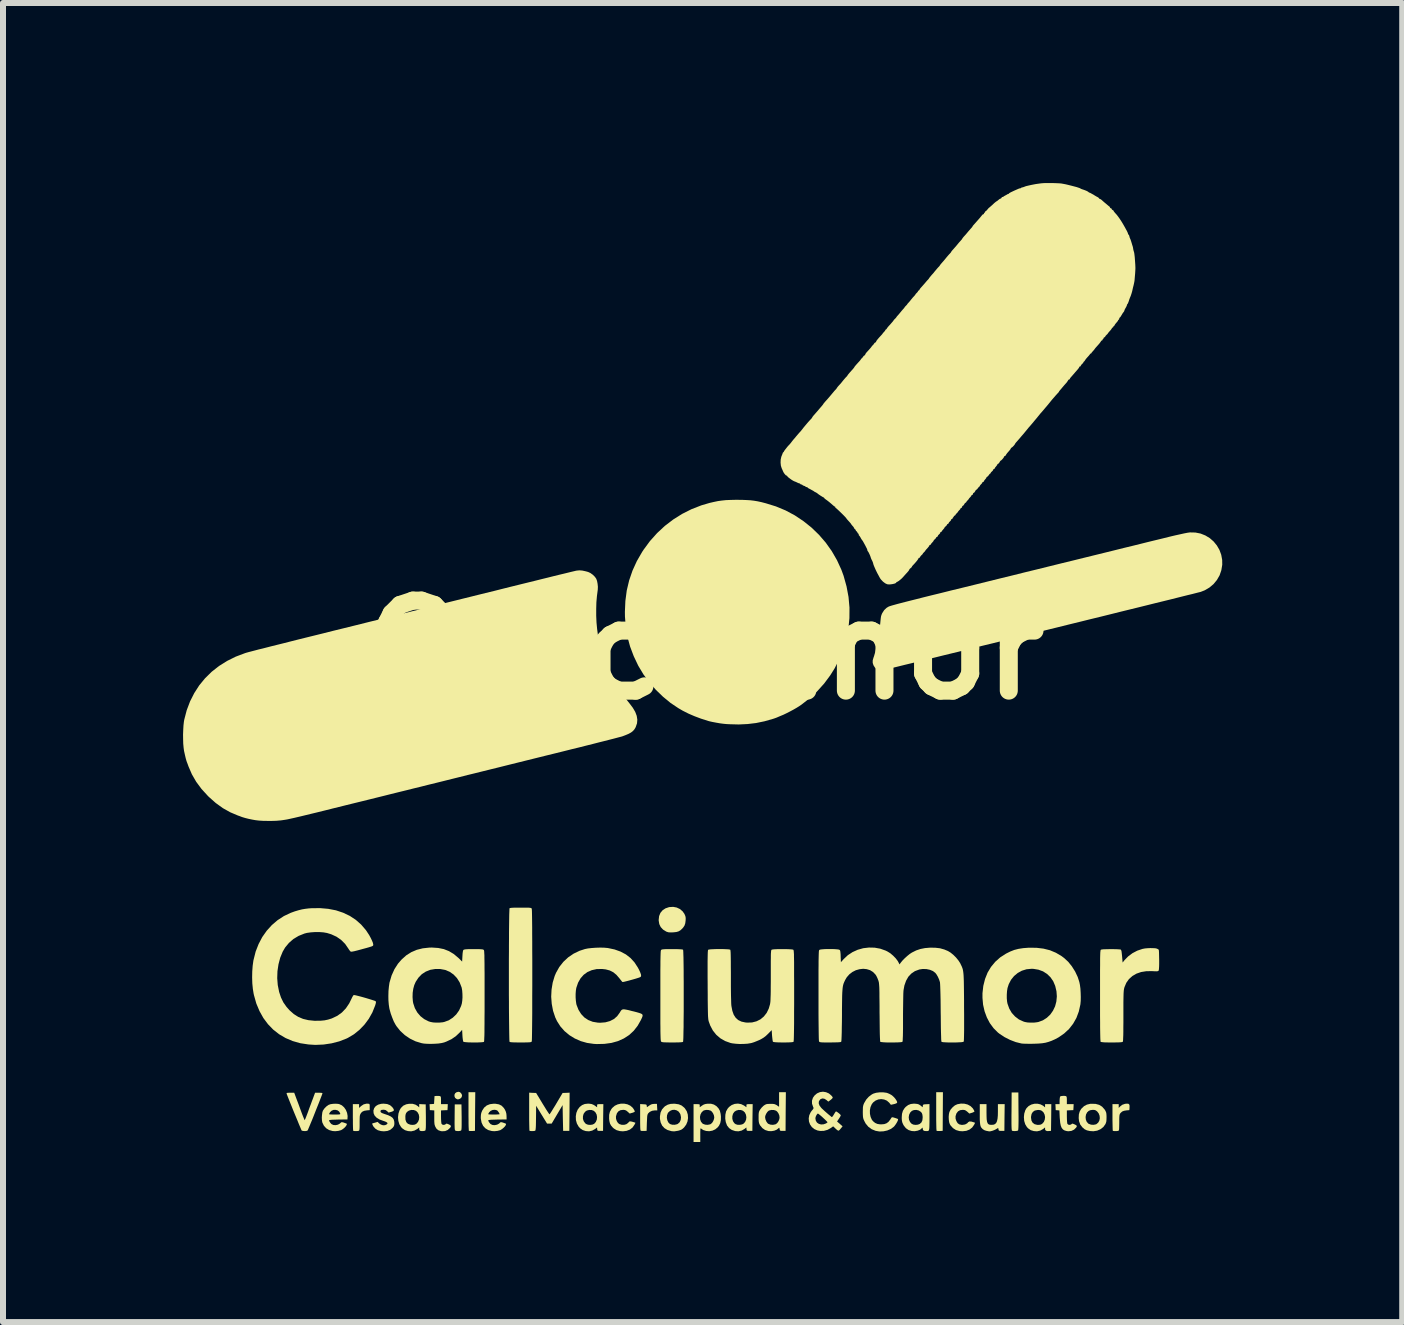
<source format=kicad_pcb>
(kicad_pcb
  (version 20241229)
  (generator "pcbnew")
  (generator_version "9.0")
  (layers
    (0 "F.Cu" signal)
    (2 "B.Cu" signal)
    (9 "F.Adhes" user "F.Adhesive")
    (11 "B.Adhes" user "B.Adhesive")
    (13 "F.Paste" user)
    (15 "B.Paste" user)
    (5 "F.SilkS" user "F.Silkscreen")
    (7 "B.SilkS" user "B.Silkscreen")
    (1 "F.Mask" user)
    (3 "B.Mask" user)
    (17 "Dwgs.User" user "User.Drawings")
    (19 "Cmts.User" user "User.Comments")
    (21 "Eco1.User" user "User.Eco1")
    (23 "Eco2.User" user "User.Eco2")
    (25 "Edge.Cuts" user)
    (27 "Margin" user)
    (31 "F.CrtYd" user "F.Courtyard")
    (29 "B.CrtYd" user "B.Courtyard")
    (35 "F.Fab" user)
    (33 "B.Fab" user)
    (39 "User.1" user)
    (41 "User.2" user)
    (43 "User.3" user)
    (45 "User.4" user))
  (footprint "Calciumor"
    (layer "F.Cu")
    (at 8.687 7.779)
    (property "Reference" "Calciumor" (at 0 0 0) (layer "F.SilkS") (effects (font (size 1.5 1.5) (thickness 0.3))))
    (attr board_only exclude_from_pos_files exclude_from_bom)
    (fp_poly (pts (xy -3.821 7.691) (xy -3.823 8.013) (xy -3.871 8.016) (xy -3.898 8.016) (xy -3.918 8.014) (xy -3.925 8.012) (xy -3.926 8.002) (xy -3.927 7.977) (xy -3.929 7.939) (xy -3.93 7.889) (xy -3.93 7.83) (xy -3.931 7.763) (xy -3.931 7.69) (xy -3.931 7.688) (xy -3.931 7.369) (xy -3.875 7.369) (xy -3.818 7.369)) (stroke (width 0) (type solid)) (fill yes) (layer "F.SilkS"))
    (fp_poly (pts (xy 3.972 7.691) (xy 3.97 8.013) (xy 3.922 8.016) (xy 3.895 8.016) (xy 3.874 8.014) (xy 3.868 8.012) (xy 3.867 8.002) (xy 3.865 7.977) (xy 3.864 7.939) (xy 3.863 7.889) (xy 3.862 7.83) (xy 3.862 7.763) (xy 3.862 7.69) (xy 3.862 7.688) (xy 3.862 7.369) (xy 3.918 7.369) (xy 3.974 7.369)) (stroke (width 0) (type solid)) (fill yes) (layer "F.SilkS"))
    (fp_poly (pts (xy -4.072 7.369) (xy -4.05 7.393) (xy -4.044 7.403) (xy -4.038 7.429) (xy -4.047 7.455) (xy -4.068 7.476) (xy -4.08 7.481) (xy -4.098 7.487) (xy -4.107 7.49) (xy -4.107 7.49) (xy -4.115 7.487) (xy -4.131 7.481) (xy -4.153 7.465) (xy -4.164 7.44) (xy -4.165 7.413) (xy -4.154 7.388) (xy -4.133 7.371) (xy -4.1 7.362)) (stroke (width 0) (type solid)) (fill yes) (layer "F.SilkS"))
    (fp_poly (pts (xy -4.045 7.783) (xy -4.045 7.858) (xy -4.045 7.916) (xy -4.046 7.959) (xy -4.048 7.988) (xy -4.052 8.003) (xy -4.053 8.006) (xy -4.068 8.013) (xy -4.095 8.017) (xy -4.104 8.017) (xy -4.133 8.015) (xy -4.152 8.008) (xy -4.155 8.006) (xy -4.158 7.995) (xy -4.161 7.971) (xy -4.162 7.933) (xy -4.163 7.88) (xy -4.162 7.811) (xy -4.162 7.783) (xy -4.16 7.572) (xy -4.104 7.572) (xy -4.048 7.572)) (stroke (width 0) (type solid)) (fill yes) (layer "F.SilkS"))
    (fp_poly (pts (xy 5.233 7.684) (xy 5.234 7.774) (xy 5.234 7.848) (xy 5.233 7.907) (xy 5.232 7.951) (xy 5.23 7.982) (xy 5.228 8) (xy 5.226 8.006) (xy 5.212 8.013) (xy 5.187 8.016) (xy 5.159 8.017) (xy 5.135 8.014) (xy 5.125 8.01) (xy 5.122 8.005) (xy 5.12 7.991) (xy 5.118 7.969) (xy 5.117 7.936) (xy 5.116 7.891) (xy 5.116 7.833) (xy 5.116 7.76) (xy 5.117 7.689) (xy 5.119 7.374) (xy 5.175 7.374) (xy 5.231 7.374)) (stroke (width 0) (type solid)) (fill yes) (layer "F.SilkS"))
    (fp_poly (pts (xy -0.462 4.292) (xy -0.409 4.317) (xy -0.364 4.355) (xy -0.334 4.397) (xy -0.321 4.426) (xy -0.314 4.449) (xy -0.312 4.475) (xy -0.313 4.505) (xy -0.319 4.554) (xy -0.332 4.593) (xy -0.354 4.626) (xy -0.372 4.646) (xy -0.402 4.673) (xy -0.432 4.69) (xy -0.467 4.7) (xy -0.512 4.705) (xy -0.527 4.706) (xy -0.568 4.707) (xy -0.598 4.705) (xy -0.622 4.698) (xy -0.636 4.693) (xy -0.689 4.66) (xy -0.728 4.618) (xy -0.752 4.568) (xy -0.762 4.508) (xy -0.762 4.497) (xy -0.755 4.435) (xy -0.733 4.381) (xy -0.697 4.338) (xy -0.649 4.306) (xy -0.59 4.286) (xy -0.584 4.285) (xy -0.521 4.281)) (stroke (width 0) (type solid)) (fill yes) (layer "F.SilkS"))
    (fp_poly (pts (xy -0.788 7.618) (xy -0.785 7.672) (xy -0.824 7.672) (xy -0.872 7.679) (xy -0.912 7.698) (xy -0.937 7.722) (xy -0.944 7.733) (xy -0.949 7.748) (xy -0.953 7.768) (xy -0.955 7.798) (xy -0.957 7.839) (xy -0.959 7.879) (xy -0.963 8.013) (xy -1.006 8.015) (xy -1.034 8.015) (xy -1.055 8.013) (xy -1.06 8.012) (xy -1.064 8.006) (xy -1.067 7.992) (xy -1.069 7.966) (xy -1.07 7.929) (xy -1.071 7.878) (xy -1.071 7.811) (xy -1.071 7.787) (xy -1.071 7.567) (xy -1.017 7.57) (xy -0.988 7.572) (xy -0.971 7.575) (xy -0.964 7.582) (xy -0.961 7.594) (xy -0.961 7.596) (xy -0.958 7.619) (xy -0.919 7.592) (xy -0.89 7.574) (xy -0.862 7.566) (xy -0.836 7.564) (xy -0.791 7.564)) (stroke (width 0) (type solid)) (fill yes) (layer "F.SilkS"))
    (fp_poly (pts (xy -5.602 7.561) (xy -5.588 7.563) (xy -5.58 7.57) (xy -5.577 7.584) (xy -5.577 7.61) (xy -5.577 7.616) (xy -5.577 7.668) (xy -5.624 7.672) (xy -5.667 7.679) (xy -5.697 7.692) (xy -5.72 7.713) (xy -5.728 7.726) (xy -5.735 7.739) (xy -5.74 7.755) (xy -5.743 7.776) (xy -5.744 7.806) (xy -5.745 7.848) (xy -5.745 7.88) (xy -5.745 7.931) (xy -5.746 7.966) (xy -5.748 7.99) (xy -5.751 8.004) (xy -5.756 8.01) (xy -5.759 8.012) (xy -5.777 8.016) (xy -5.802 8.017) (xy -5.827 8.017) (xy -5.846 8.014) (xy -5.852 8.012) (xy -5.853 8.002) (xy -5.855 7.977) (xy -5.856 7.94) (xy -5.857 7.892) (xy -5.857 7.837) (xy -5.858 7.787) (xy -5.858 7.568) (xy -5.806 7.568) (xy -5.754 7.568) (xy -5.754 7.599) (xy -5.754 7.631) (xy -5.72 7.6) (xy -5.678 7.572) (xy -5.631 7.56)) (stroke (width 0) (type solid)) (fill yes) (layer "F.SilkS"))
    (fp_poly (pts (xy 7.064 7.562) (xy 7.078 7.573) (xy 7.084 7.594) (xy 7.083 7.629) (xy 7.083 7.634) (xy 7.08 7.668) (xy 7.033 7.672) (xy 6.991 7.679) (xy 6.961 7.691) (xy 6.937 7.712) (xy 6.93 7.72) (xy 6.923 7.731) (xy 6.918 7.743) (xy 6.915 7.759) (xy 6.913 7.784) (xy 6.912 7.82) (xy 6.912 7.87) (xy 6.912 7.875) (xy 6.911 7.926) (xy 6.91 7.963) (xy 6.909 7.988) (xy 6.906 8.002) (xy 6.902 8.01) (xy 6.898 8.012) (xy 6.88 8.016) (xy 6.855 8.017) (xy 6.829 8.017) (xy 6.81 8.014) (xy 6.805 8.012) (xy 6.803 8.002) (xy 6.802 7.977) (xy 6.801 7.94) (xy 6.8 7.892) (xy 6.799 7.837) (xy 6.799 7.787) (xy 6.799 7.568) (xy 6.851 7.568) (xy 6.903 7.568) (xy 6.903 7.6) (xy 6.903 7.631) (xy 6.925 7.608) (xy 6.962 7.579) (xy 7.008 7.563) (xy 7.041 7.56)) (stroke (width 0) (type solid)) (fill yes) (layer "F.SilkS"))
    (fp_poly (pts (xy -2.248 7.695) (xy -2.251 8.013) (xy -2.302 8.013) (xy -2.354 8.013) (xy -2.359 7.799) (xy -2.363 7.584) (xy -2.454 7.738) (xy -2.545 7.892) (xy -2.584 7.892) (xy -2.622 7.892) (xy -2.713 7.744) (xy -2.804 7.595) (xy -2.806 7.799) (xy -2.807 7.87) (xy -2.808 7.924) (xy -2.81 7.964) (xy -2.813 7.991) (xy -2.816 8.006) (xy -2.819 8.01) (xy -2.834 8.015) (xy -2.858 8.017) (xy -2.884 8.017) (xy -2.905 8.015) (xy -2.914 8.012) (xy -2.916 8.002) (xy -2.917 7.977) (xy -2.918 7.939) (xy -2.919 7.889) (xy -2.92 7.83) (xy -2.92 7.763) (xy -2.92 7.692) (xy -2.92 7.377) (xy -2.862 7.38) (xy -2.804 7.382) (xy -2.696 7.561) (xy -2.665 7.611) (xy -2.638 7.655) (xy -2.614 7.692) (xy -2.596 7.719) (xy -2.584 7.735) (xy -2.581 7.738) (xy -2.575 7.731) (xy -2.561 7.71) (xy -2.541 7.679) (xy -2.517 7.639) (xy -2.488 7.593) (xy -2.468 7.559) (xy -2.363 7.382) (xy -2.304 7.38) (xy -2.246 7.377)) (stroke (width 0) (type solid)) (fill yes) (layer "F.SilkS"))
    (fp_poly (pts (xy 4.7 7.706) (xy 4.701 7.772) (xy 4.703 7.822) (xy 4.709 7.859) (xy 4.718 7.885) (xy 4.731 7.901) (xy 4.749 7.91) (xy 4.773 7.913) (xy 4.78 7.913) (xy 4.815 7.911) (xy 4.841 7.901) (xy 4.861 7.882) (xy 4.875 7.852) (xy 4.884 7.81) (xy 4.889 7.755) (xy 4.89 7.693) (xy 4.89 7.568) (xy 4.946 7.568) (xy 5.003 7.568) (xy 5 7.791) (xy 4.998 8.013) (xy 4.95 8.013) (xy 4.923 8.013) (xy 4.909 8.009) (xy 4.902 8.002) (xy 4.9 7.989) (xy 4.897 7.972) (xy 4.893 7.966) (xy 4.885 7.97) (xy 4.867 7.981) (xy 4.857 7.987) (xy 4.831 8) (xy 4.799 8.012) (xy 4.768 8.02) (xy 4.744 8.022) (xy 4.739 8.021) (xy 4.725 8.018) (xy 4.703 8.014) (xy 4.698 8.013) (xy 4.669 8.004) (xy 4.642 7.988) (xy 4.639 7.986) (xy 4.623 7.97) (xy 4.61 7.954) (xy 4.601 7.934) (xy 4.595 7.907) (xy 4.591 7.873) (xy 4.588 7.827) (xy 4.588 7.767) (xy 4.588 7.736) (xy 4.588 7.568) (xy 4.644 7.568) (xy 4.7 7.568)) (stroke (width 0) (type solid)) (fill yes) (layer "F.SilkS"))
    (fp_poly (pts (xy -4.412 7.433) (xy -4.409 7.434) (xy -4.399 7.438) (xy -4.393 7.445) (xy -4.39 7.461) (xy -4.389 7.488) (xy -4.389 7.504) (xy -4.389 7.568) (xy -4.332 7.568) (xy -4.276 7.568) (xy -4.278 7.618) (xy -4.281 7.668) (xy -4.335 7.67) (xy -4.389 7.673) (xy -4.389 7.776) (xy -4.388 7.819) (xy -4.386 7.855) (xy -4.383 7.883) (xy -4.38 7.897) (xy -4.365 7.91) (xy -4.342 7.914) (xy -4.32 7.908) (xy -4.311 7.901) (xy -4.302 7.894) (xy -4.29 7.894) (xy -4.269 7.901) (xy -4.24 7.915) (xy -4.226 7.928) (xy -4.225 7.942) (xy -4.236 7.96) (xy -4.239 7.964) (xy -4.276 7.998) (xy -4.32 8.017) (xy -4.371 8.02) (xy -4.39 8.018) (xy -4.432 8.004) (xy -4.463 7.979) (xy -4.483 7.946) (xy -4.49 7.928) (xy -4.496 7.909) (xy -4.499 7.886) (xy -4.501 7.853) (xy -4.501 7.808) (xy -4.501 7.791) (xy -4.501 7.673) (xy -4.538 7.67) (xy -4.575 7.668) (xy -4.577 7.618) (xy -4.58 7.569) (xy -4.543 7.567) (xy -4.505 7.564) (xy -4.501 7.499) (xy -4.497 7.434) (xy -4.463 7.431) (xy -4.435 7.431)) (stroke (width 0) (type solid)) (fill yes) (layer "F.SilkS"))
    (fp_poly (pts (xy 6.021 7.434) (xy 6.025 7.435) (xy 6.033 7.442) (xy 6.037 7.457) (xy 6.039 7.484) (xy 6.039 7.504) (xy 6.039 7.568) (xy 6.096 7.568) (xy 6.152 7.568) (xy 6.15 7.618) (xy 6.147 7.668) (xy 6.093 7.67) (xy 6.039 7.673) (xy 6.039 7.776) (xy 6.04 7.819) (xy 6.042 7.855) (xy 6.045 7.883) (xy 6.048 7.897) (xy 6.063 7.91) (xy 6.086 7.914) (xy 6.108 7.908) (xy 6.117 7.901) (xy 6.126 7.894) (xy 6.138 7.894) (xy 6.158 7.901) (xy 6.187 7.915) (xy 6.202 7.926) (xy 6.205 7.938) (xy 6.196 7.955) (xy 6.194 7.958) (xy 6.159 7.993) (xy 6.115 8.014) (xy 6.064 8.02) (xy 6.038 8.017) (xy 6.002 8.007) (xy 5.974 7.99) (xy 5.953 7.964) (xy 5.938 7.927) (xy 5.928 7.878) (xy 5.922 7.813) (xy 5.92 7.788) (xy 5.915 7.673) (xy 5.884 7.67) (xy 5.853 7.668) (xy 5.851 7.618) (xy 5.848 7.568) (xy 5.883 7.568) (xy 5.918 7.568) (xy 5.918 7.509) (xy 5.92 7.476) (xy 5.924 7.451) (xy 5.928 7.44) (xy 5.943 7.434) (xy 5.968 7.431) (xy 5.997 7.43)) (stroke (width 0) (type solid)) (fill yes) (layer "F.SilkS"))
    (fp_poly (pts (xy 4.333 7.561) (xy 4.387 7.575) (xy 4.434 7.601) (xy 4.471 7.637) (xy 4.476 7.645) (xy 4.49 7.668) (xy 4.498 7.686) (xy 4.499 7.692) (xy 4.489 7.699) (xy 4.469 7.708) (xy 4.455 7.713) (xy 4.414 7.725) (xy 4.38 7.694) (xy 4.355 7.675) (xy 4.334 7.666) (xy 4.307 7.663) (xy 4.306 7.663) (xy 4.26 7.669) (xy 4.226 7.688) (xy 4.201 7.72) (xy 4.198 7.726) (xy 4.184 7.77) (xy 4.185 7.811) (xy 4.198 7.85) (xy 4.219 7.885) (xy 4.246 7.905) (xy 4.282 7.913) (xy 4.298 7.914) (xy 4.343 7.907) (xy 4.378 7.888) (xy 4.396 7.868) (xy 4.415 7.857) (xy 4.446 7.858) (xy 4.489 7.871) (xy 4.489 7.871) (xy 4.51 7.879) (xy 4.493 7.913) (xy 4.461 7.958) (xy 4.417 7.992) (xy 4.363 8.013) (xy 4.302 8.02) (xy 4.25 8.017) (xy 4.192 8) (xy 4.142 7.968) (xy 4.102 7.924) (xy 4.089 7.902) (xy 4.078 7.87) (xy 4.072 7.827) (xy 4.07 7.78) (xy 4.074 7.734) (xy 4.082 7.699) (xy 4.102 7.659) (xy 4.135 7.621) (xy 4.173 7.589) (xy 4.214 7.57) (xy 4.214 7.57) (xy 4.274 7.559)) (stroke (width 0) (type solid)) (fill yes) (layer "F.SilkS"))
    (fp_poly (pts (xy -1.283 7.571) (xy -1.236 7.593) (xy -1.197 7.626) (xy -1.183 7.645) (xy -1.169 7.668) (xy -1.161 7.687) (xy -1.16 7.693) (xy -1.17 7.7) (xy -1.19 7.709) (xy -1.204 7.713) (xy -1.245 7.725) (xy -1.279 7.694) (xy -1.303 7.675) (xy -1.325 7.666) (xy -1.351 7.663) (xy -1.353 7.663) (xy -1.399 7.669) (xy -1.433 7.688) (xy -1.458 7.72) (xy -1.472 7.766) (xy -1.474 7.773) (xy -1.473 7.811) (xy -1.461 7.849) (xy -1.441 7.881) (xy -1.418 7.9) (xy -1.38 7.912) (xy -1.339 7.913) (xy -1.302 7.903) (xy -1.273 7.882) (xy -1.265 7.873) (xy -1.253 7.859) (xy -1.238 7.855) (xy -1.221 7.857) (xy -1.193 7.864) (xy -1.17 7.871) (xy -1.169 7.871) (xy -1.149 7.879) (xy -1.166 7.912) (xy -1.198 7.958) (xy -1.242 7.992) (xy -1.296 8.013) (xy -1.357 8.021) (xy -1.409 8.017) (xy -1.463 8.002) (xy -1.509 7.974) (xy -1.529 7.956) (xy -1.556 7.924) (xy -1.574 7.89) (xy -1.584 7.848) (xy -1.588 7.808) (xy -1.587 7.746) (xy -1.575 7.695) (xy -1.55 7.65) (xy -1.535 7.631) (xy -1.494 7.595) (xy -1.445 7.572) (xy -1.391 7.56) (xy -1.336 7.56)) (stroke (width 0) (type solid)) (fill yes) (layer "F.SilkS"))
    (fp_poly (pts (xy 5.6 7.572) (xy 5.644 7.595) (xy 5.65 7.6) (xy 5.676 7.622) (xy 5.676 7.595) (xy 5.676 7.568) (xy 5.728 7.568) (xy 5.78 7.568) (xy 5.778 7.791) (xy 5.775 8.013) (xy 5.746 8.016) (xy 5.71 8.017) (xy 5.688 8.009) (xy 5.677 7.994) (xy 5.676 7.982) (xy 5.676 7.956) (xy 5.644 7.982) (xy 5.596 8.009) (xy 5.542 8.021) (xy 5.489 8.017) (xy 5.438 8.002) (xy 5.398 7.975) (xy 5.374 7.951) (xy 5.345 7.903) (xy 5.328 7.847) (xy 5.324 7.795) (xy 5.442 7.795) (xy 5.449 7.842) (xy 5.469 7.878) (xy 5.501 7.902) (xy 5.544 7.913) (xy 5.56 7.914) (xy 5.596 7.911) (xy 5.621 7.9) (xy 5.628 7.895) (xy 5.656 7.864) (xy 5.671 7.825) (xy 5.676 7.783) (xy 5.668 7.742) (xy 5.65 7.706) (xy 5.623 7.68) (xy 5.598 7.669) (xy 5.57 7.665) (xy 5.549 7.666) (xy 5.504 7.675) (xy 5.472 7.698) (xy 5.451 7.732) (xy 5.442 7.779) (xy 5.442 7.795) (xy 5.324 7.795) (xy 5.323 7.786) (xy 5.329 7.726) (xy 5.347 7.669) (xy 5.367 7.635) (xy 5.402 7.6) (xy 5.447 7.575) (xy 5.497 7.562) (xy 5.55 7.561)) (stroke (width 0) (type solid)) (fill yes) (layer "F.SilkS"))
    (fp_poly (pts (xy -0.488 7.562) (xy -0.428 7.571) (xy -0.38 7.591) (xy -0.338 7.625) (xy -0.325 7.639) (xy -0.294 7.687) (xy -0.277 7.742) (xy -0.273 7.8) (xy -0.282 7.857) (xy -0.304 7.91) (xy -0.338 7.955) (xy -0.338 7.956) (xy -0.361 7.977) (xy -0.382 7.992) (xy -0.406 8.002) (xy -0.436 8.011) (xy -0.479 8.018) (xy -0.497 8.021) (xy -0.516 8.021) (xy -0.543 8.019) (xy -0.554 8.017) (xy -0.615 7.999) (xy -0.665 7.969) (xy -0.704 7.927) (xy -0.729 7.874) (xy -0.741 7.813) (xy -0.741 7.796) (xy -0.626 7.796) (xy -0.618 7.837) (xy -0.602 7.872) (xy -0.577 7.897) (xy -0.572 7.9) (xy -0.537 7.911) (xy -0.495 7.912) (xy -0.456 7.903) (xy -0.442 7.896) (xy -0.412 7.869) (xy -0.395 7.831) (xy -0.39 7.788) (xy -0.399 7.742) (xy -0.406 7.726) (xy -0.429 7.693) (xy -0.461 7.672) (xy -0.499 7.662) (xy -0.537 7.665) (xy -0.573 7.681) (xy -0.603 7.708) (xy -0.61 7.718) (xy -0.623 7.755) (xy -0.626 7.796) (xy -0.741 7.796) (xy -0.741 7.772) (xy -0.731 7.709) (xy -0.707 7.657) (xy -0.67 7.615) (xy -0.655 7.602) (xy -0.611 7.577) (xy -0.563 7.564) (xy -0.506 7.561)) (stroke (width 0) (type solid)) (fill yes) (layer "F.SilkS"))
    (fp_poly (pts (xy 6.518 7.564) (xy 6.577 7.58) (xy 6.626 7.61) (xy 6.666 7.655) (xy 6.676 7.669) (xy 6.687 7.691) (xy 6.695 7.712) (xy 6.698 7.735) (xy 6.7 7.768) (xy 6.7 7.788) (xy 6.699 7.83) (xy 6.696 7.86) (xy 6.689 7.883) (xy 6.681 7.902) (xy 6.646 7.95) (xy 6.599 7.986) (xy 6.544 8.01) (xy 6.481 8.02) (xy 6.421 8.016) (xy 6.373 8.005) (xy 6.334 7.986) (xy 6.298 7.955) (xy 6.298 7.955) (xy 6.262 7.908) (xy 6.242 7.852) (xy 6.236 7.799) (xy 6.237 7.783) (xy 6.351 7.783) (xy 6.355 7.824) (xy 6.369 7.861) (xy 6.395 7.891) (xy 6.403 7.896) (xy 6.441 7.91) (xy 6.483 7.913) (xy 6.523 7.905) (xy 6.532 7.901) (xy 6.561 7.876) (xy 6.58 7.843) (xy 6.588 7.803) (xy 6.584 7.761) (xy 6.569 7.722) (xy 6.545 7.691) (xy 6.522 7.673) (xy 6.499 7.665) (xy 6.473 7.663) (xy 6.435 7.668) (xy 6.405 7.679) (xy 6.376 7.706) (xy 6.358 7.742) (xy 6.351 7.783) (xy 6.237 7.783) (xy 6.239 7.74) (xy 6.252 7.693) (xy 6.275 7.652) (xy 6.286 7.639) (xy 6.326 7.601) (xy 6.373 7.576) (xy 6.428 7.563) (xy 6.449 7.562)) (stroke (width 0) (type solid)) (fill yes) (layer "F.SilkS"))
    (fp_poly (pts (xy 0.612 7.568) (xy 0.661 7.592) (xy 0.661 7.592) (xy 0.7 7.62) (xy 0.7 7.594) (xy 0.7 7.58) (xy 0.705 7.572) (xy 0.718 7.569) (xy 0.743 7.568) (xy 0.752 7.568) (xy 0.804 7.568) (xy 0.801 7.791) (xy 0.799 8.013) (xy 0.752 8.013) (xy 0.724 8.013) (xy 0.71 8.01) (xy 0.704 8.002) (xy 0.701 7.986) (xy 0.701 7.985) (xy 0.699 7.957) (xy 0.667 7.982) (xy 0.62 8.009) (xy 0.566 8.021) (xy 0.513 8.017) (xy 0.456 7.998) (xy 0.411 7.967) (xy 0.377 7.924) (xy 0.356 7.868) (xy 0.347 7.809) (xy 0.348 7.77) (xy 0.465 7.77) (xy 0.465 7.812) (xy 0.476 7.852) (xy 0.498 7.885) (xy 0.52 7.902) (xy 0.552 7.912) (xy 0.59 7.913) (xy 0.627 7.906) (xy 0.65 7.895) (xy 0.678 7.865) (xy 0.694 7.827) (xy 0.699 7.786) (xy 0.692 7.744) (xy 0.674 7.707) (xy 0.644 7.679) (xy 0.644 7.679) (xy 0.608 7.666) (xy 0.568 7.665) (xy 0.529 7.676) (xy 0.5 7.695) (xy 0.476 7.729) (xy 0.465 7.77) (xy 0.348 7.77) (xy 0.349 7.744) (xy 0.361 7.689) (xy 0.387 7.643) (xy 0.411 7.615) (xy 0.455 7.583) (xy 0.505 7.564) (xy 0.559 7.559)) (stroke (width 0) (type solid)) (fill yes) (layer "F.SilkS"))
    (fp_poly (pts (xy -1.916 7.561) (xy -1.877 7.567) (xy -1.845 7.581) (xy -1.827 7.592) (xy -1.788 7.62) (xy -1.788 7.594) (xy -1.788 7.58) (xy -1.783 7.572) (xy -1.77 7.569) (xy -1.745 7.568) (xy -1.736 7.568) (xy -1.684 7.568) (xy -1.687 7.791) (xy -1.689 8.013) (xy -1.737 8.013) (xy -1.764 8.013) (xy -1.778 8.01) (xy -1.784 8.002) (xy -1.787 7.986) (xy -1.787 7.985) (xy -1.789 7.957) (xy -1.821 7.982) (xy -1.869 8.009) (xy -1.922 8.021) (xy -1.977 8.017) (xy -2.028 8) (xy -2.07 7.971) (xy -2.097 7.941) (xy -2.125 7.891) (xy -2.141 7.833) (xy -2.143 7.773) (xy -2.143 7.771) (xy -2.024 7.771) (xy -2.024 7.814) (xy -2.011 7.853) (xy -1.987 7.886) (xy -1.971 7.899) (xy -1.94 7.911) (xy -1.902 7.914) (xy -1.866 7.909) (xy -1.837 7.896) (xy -1.836 7.895) (xy -1.809 7.864) (xy -1.793 7.825) (xy -1.789 7.783) (xy -1.796 7.742) (xy -1.815 7.706) (xy -1.842 7.68) (xy -1.879 7.666) (xy -1.92 7.665) (xy -1.96 7.675) (xy -1.988 7.695) (xy -2.013 7.73) (xy -2.024 7.771) (xy -2.143 7.771) (xy -2.134 7.714) (xy -2.112 7.66) (xy -2.078 7.615) (xy -2.038 7.584) (xy -1.994 7.566) (xy -1.942 7.56)) (stroke (width 0) (type solid)) (fill yes) (layer "F.SilkS"))
    (fp_poly (pts (xy -4.861 7.563) (xy -4.813 7.577) (xy -4.777 7.6) (xy -4.752 7.622) (xy -4.752 7.594) (xy -4.752 7.567) (xy -4.698 7.57) (xy -4.644 7.572) (xy -4.641 7.783) (xy -4.641 7.858) (xy -4.641 7.916) (xy -4.642 7.959) (xy -4.645 7.988) (xy -4.648 8.003) (xy -4.649 8.006) (xy -4.664 8.013) (xy -4.689 8.017) (xy -4.716 8.017) (xy -4.738 8.012) (xy -4.749 8) (xy -4.752 7.982) (xy -4.752 7.956) (xy -4.784 7.982) (xy -4.832 8.009) (xy -4.886 8.021) (xy -4.939 8.017) (xy -4.989 8.002) (xy -5.03 7.975) (xy -5.054 7.951) (xy -5.083 7.903) (xy -5.1 7.846) (xy -5.105 7.786) (xy -5.104 7.777) (xy -4.983 7.777) (xy -4.981 7.828) (xy -4.967 7.868) (xy -4.941 7.895) (xy -4.902 7.91) (xy -4.867 7.914) (xy -4.832 7.911) (xy -4.806 7.9) (xy -4.799 7.895) (xy -4.772 7.864) (xy -4.756 7.825) (xy -4.752 7.783) (xy -4.759 7.742) (xy -4.778 7.706) (xy -4.805 7.68) (xy -4.843 7.666) (xy -4.885 7.665) (xy -4.924 7.676) (xy -4.953 7.696) (xy -4.968 7.714) (xy -4.977 7.733) (xy -4.982 7.76) (xy -4.983 7.777) (xy -5.104 7.777) (xy -5.098 7.725) (xy -5.079 7.669) (xy -5.057 7.632) (xy -5.018 7.594) (xy -4.969 7.571) (xy -4.919 7.562)) (stroke (width 0) (type solid)) (fill yes) (layer "F.SilkS"))
    (fp_poly (pts (xy -5.287 7.566) (xy -5.239 7.585) (xy -5.202 7.617) (xy -5.199 7.621) (xy -5.179 7.649) (xy -5.174 7.669) (xy -5.182 7.682) (xy -5.204 7.692) (xy -5.216 7.696) (xy -5.262 7.709) (xy -5.287 7.685) (xy -5.312 7.667) (xy -5.341 7.661) (xy -5.348 7.661) (xy -5.379 7.664) (xy -5.395 7.674) (xy -5.397 7.693) (xy -5.396 7.697) (xy -5.387 7.708) (xy -5.367 7.719) (xy -5.334 7.731) (xy -5.328 7.733) (xy -5.269 7.753) (xy -5.225 7.774) (xy -5.195 7.797) (xy -5.177 7.825) (xy -5.168 7.859) (xy -5.166 7.886) (xy -5.168 7.915) (xy -5.175 7.936) (xy -5.191 7.958) (xy -5.197 7.965) (xy -5.236 7.997) (xy -5.283 8.015) (xy -5.34 8.021) (xy -5.389 8.017) (xy -5.441 8.003) (xy -5.484 7.976) (xy -5.516 7.939) (xy -5.521 7.93) (xy -5.531 7.909) (xy -5.536 7.895) (xy -5.536 7.892) (xy -5.527 7.888) (xy -5.507 7.882) (xy -5.489 7.877) (xy -5.445 7.864) (xy -5.42 7.889) (xy -5.39 7.909) (xy -5.356 7.92) (xy -5.322 7.919) (xy -5.296 7.907) (xy -5.282 7.894) (xy -5.281 7.883) (xy -5.287 7.876) (xy -5.301 7.866) (xy -5.326 7.855) (xy -5.347 7.848) (xy -5.413 7.824) (xy -5.462 7.794) (xy -5.495 7.759) (xy -5.512 7.72) (xy -5.515 7.674) (xy -5.502 7.634) (xy -5.476 7.601) (xy -5.437 7.577) (xy -5.388 7.563) (xy -5.347 7.56)) (stroke (width 0) (type solid)) (fill yes) (layer "F.SilkS"))
    (fp_poly (pts (xy 0.112 7.562) (xy 0.158 7.575) (xy 0.198 7.6) (xy 0.204 7.605) (xy 0.236 7.64) (xy 0.258 7.68) (xy 0.27 7.73) (xy 0.275 7.774) (xy 0.274 7.834) (xy 0.264 7.884) (xy 0.243 7.927) (xy 0.221 7.955) (xy 0.181 7.988) (xy 0.133 8.01) (xy 0.081 8.019) (xy 0.028 8.015) (xy -0.021 7.999) (xy -0.054 7.976) (xy -0.06 7.972) (xy -0.064 7.973) (xy -0.067 7.981) (xy -0.068 8) (xy -0.069 8.031) (xy -0.069 8.077) (xy -0.069 8.081) (xy -0.069 8.199) (xy -0.125 8.199) (xy -0.181 8.199) (xy -0.181 7.884) (xy -0.181 7.78) (xy -0.074 7.78) (xy -0.071 7.821) (xy -0.058 7.859) (xy -0.034 7.889) (xy -0.023 7.897) (xy 0.013 7.91) (xy 0.054 7.913) (xy 0.094 7.905) (xy 0.105 7.9) (xy 0.128 7.88) (xy 0.147 7.85) (xy 0.16 7.815) (xy 0.164 7.788) (xy 0.158 7.754) (xy 0.143 7.719) (xy 0.122 7.691) (xy 0.105 7.677) (xy 0.069 7.666) (xy 0.03 7.664) (xy -0.006 7.672) (xy -0.017 7.677) (xy -0.046 7.704) (xy -0.065 7.739) (xy -0.074 7.78) (xy -0.181 7.78) (xy -0.181 7.568) (xy -0.13 7.568) (xy -0.101 7.569) (xy -0.085 7.571) (xy -0.079 7.577) (xy -0.078 7.59) (xy -0.078 7.594) (xy -0.078 7.62) (xy -0.039 7.592) (xy -0.011 7.575) (xy 0.017 7.566) (xy 0.053 7.561) (xy 0.055 7.561)) (stroke (width 0) (type solid)) (fill yes) (layer "F.SilkS"))
    (fp_poly (pts (xy -6.81 7.445) (xy -6.799 7.475) (xy -6.783 7.517) (xy -6.764 7.567) (xy -6.744 7.622) (xy -6.725 7.674) (xy -6.707 7.723) (xy -6.69 7.767) (xy -6.676 7.801) (xy -6.666 7.825) (xy -6.661 7.836) (xy -6.661 7.836) (xy -6.657 7.828) (xy -6.647 7.807) (xy -6.634 7.774) (xy -6.618 7.732) (xy -6.6 7.684) (xy -6.597 7.674) (xy -6.577 7.619) (xy -6.556 7.564) (xy -6.538 7.514) (xy -6.522 7.473) (xy -6.512 7.445) (xy -6.487 7.378) (xy -6.428 7.378) (xy -6.397 7.379) (xy -6.374 7.381) (xy -6.364 7.385) (xy -6.364 7.385) (xy -6.366 7.394) (xy -6.374 7.417) (xy -6.387 7.451) (xy -6.404 7.495) (xy -6.424 7.547) (xy -6.447 7.604) (xy -6.471 7.664) (xy -6.495 7.725) (xy -6.519 7.786) (xy -6.542 7.843) (xy -6.564 7.895) (xy -6.582 7.939) (xy -6.597 7.974) (xy -6.607 7.998) (xy -6.612 8.007) (xy -6.624 8.013) (xy -6.648 8.017) (xy -6.66 8.017) (xy -6.687 8.015) (xy -6.706 8.01) (xy -6.711 8.007) (xy -6.716 7.997) (xy -6.726 7.973) (xy -6.741 7.938) (xy -6.76 7.893) (xy -6.781 7.841) (xy -6.805 7.783) (xy -6.83 7.723) (xy -6.855 7.662) (xy -6.879 7.602) (xy -6.902 7.545) (xy -6.922 7.495) (xy -6.939 7.452) (xy -6.952 7.419) (xy -6.96 7.398) (xy -6.961 7.393) (xy -6.962 7.385) (xy -6.955 7.381) (xy -6.938 7.379) (xy -6.909 7.378) (xy -6.9 7.378) (xy -6.835 7.378)) (stroke (width 0) (type solid)) (fill yes) (layer "F.SilkS"))
    (fp_poly (pts (xy 3.512 7.561) (xy 3.547 7.565) (xy 3.571 7.572) (xy 3.594 7.586) (xy 3.602 7.592) (xy 3.636 7.62) (xy 3.639 7.596) (xy 3.641 7.583) (xy 3.648 7.576) (xy 3.663 7.572) (xy 3.69 7.57) (xy 3.696 7.57) (xy 3.75 7.567) (xy 3.75 7.787) (xy 3.75 7.856) (xy 3.749 7.91) (xy 3.748 7.95) (xy 3.746 7.979) (xy 3.742 7.998) (xy 3.736 8.01) (xy 3.727 8.015) (xy 3.715 8.017) (xy 3.699 8.017) (xy 3.69 8.017) (xy 3.659 8.013) (xy 3.642 7.999) (xy 3.637 7.975) (xy 3.636 7.96) (xy 3.631 7.961) (xy 3.626 7.966) (xy 3.596 7.993) (xy 3.554 8.01) (xy 3.504 8.019) (xy 3.454 8.016) (xy 3.402 8) (xy 3.357 7.969) (xy 3.322 7.925) (xy 3.312 7.907) (xy 3.298 7.876) (xy 3.291 7.846) (xy 3.288 7.812) (xy 3.288 7.793) (xy 3.288 7.786) (xy 3.404 7.786) (xy 3.409 7.828) (xy 3.426 7.866) (xy 3.452 7.895) (xy 3.481 7.909) (xy 3.518 7.914) (xy 3.556 7.91) (xy 3.586 7.899) (xy 3.615 7.874) (xy 3.631 7.84) (xy 3.636 7.795) (xy 3.636 7.777) (xy 3.632 7.744) (xy 3.625 7.722) (xy 3.613 7.704) (xy 3.605 7.696) (xy 3.571 7.674) (xy 3.531 7.664) (xy 3.49 7.667) (xy 3.457 7.68) (xy 3.429 7.708) (xy 3.411 7.744) (xy 3.404 7.786) (xy 3.288 7.786) (xy 3.292 7.73) (xy 3.307 7.679) (xy 3.334 7.636) (xy 3.355 7.613) (xy 3.395 7.583) (xy 3.438 7.566) (xy 3.487 7.56)) (stroke (width 0) (type solid)) (fill yes) (layer "F.SilkS"))
    (fp_poly (pts (xy 1.354 7.691) (xy 1.352 8.013) (xy 1.305 8.013) (xy 1.277 8.013) (xy 1.263 8.01) (xy 1.256 8.001) (xy 1.253 7.985) (xy 1.253 7.984) (xy 1.249 7.965) (xy 1.244 7.961) (xy 1.236 7.969) (xy 1.206 7.993) (xy 1.165 8.01) (xy 1.118 8.018) (xy 1.07 8.017) (xy 1.065 8.016) (xy 1.011 7.999) (xy 0.966 7.968) (xy 0.928 7.922) (xy 0.919 7.905) (xy 0.911 7.886) (xy 0.906 7.862) (xy 0.903 7.828) (xy 0.903 7.788) (xy 0.903 7.787) (xy 1.011 7.787) (xy 1.017 7.822) (xy 1.032 7.858) (xy 1.053 7.887) (xy 1.066 7.897) (xy 1.101 7.91) (xy 1.142 7.913) (xy 1.182 7.905) (xy 1.193 7.9) (xy 1.216 7.88) (xy 1.236 7.85) (xy 1.249 7.815) (xy 1.252 7.788) (xy 1.247 7.754) (xy 1.232 7.719) (xy 1.211 7.691) (xy 1.193 7.677) (xy 1.157 7.666) (xy 1.116 7.665) (xy 1.079 7.674) (xy 1.07 7.678) (xy 1.048 7.699) (xy 1.028 7.73) (xy 1.014 7.764) (xy 1.011 7.787) (xy 0.903 7.787) (xy 0.903 7.747) (xy 0.905 7.719) (xy 0.909 7.698) (xy 0.916 7.68) (xy 0.928 7.66) (xy 0.929 7.658) (xy 0.951 7.629) (xy 0.979 7.601) (xy 0.992 7.59) (xy 1.013 7.577) (xy 1.031 7.569) (xy 1.053 7.565) (xy 1.083 7.564) (xy 1.101 7.564) (xy 1.138 7.564) (xy 1.164 7.567) (xy 1.183 7.574) (xy 1.203 7.584) (xy 1.208 7.588) (xy 1.244 7.612) (xy 1.244 7.491) (xy 1.244 7.369) (xy 1.3 7.369) (xy 1.357 7.369)) (stroke (width 0) (type solid)) (fill yes) (layer "F.SilkS"))
    (fp_poly (pts (xy -0.471 4.985) (xy -0.421 4.987) (xy -0.386 4.989) (xy -0.365 4.992) (xy -0.356 4.995) (xy -0.354 5.006) (xy -0.352 5.032) (xy -0.351 5.072) (xy -0.349 5.125) (xy -0.348 5.19) (xy -0.347 5.264) (xy -0.346 5.346) (xy -0.346 5.434) (xy -0.345 5.528) (xy -0.345 5.626) (xy -0.345 5.725) (xy -0.345 5.826) (xy -0.345 5.925) (xy -0.345 6.021) (xy -0.346 6.114) (xy -0.347 6.201) (xy -0.347 6.281) (xy -0.349 6.353) (xy -0.35 6.415) (xy -0.351 6.465) (xy -0.353 6.501) (xy -0.355 6.524) (xy -0.356 6.53) (xy -0.366 6.534) (xy -0.389 6.537) (xy -0.426 6.539) (xy -0.478 6.54) (xy -0.537 6.54) (xy -0.597 6.54) (xy -0.642 6.539) (xy -0.674 6.538) (xy -0.696 6.536) (xy -0.711 6.532) (xy -0.719 6.528) (xy -0.721 6.526) (xy -0.723 6.523) (xy -0.725 6.516) (xy -0.727 6.505) (xy -0.729 6.489) (xy -0.73 6.466) (xy -0.731 6.436) (xy -0.732 6.398) (xy -0.733 6.35) (xy -0.733 6.292) (xy -0.734 6.222) (xy -0.734 6.14) (xy -0.734 6.043) (xy -0.734 5.932) (xy -0.734 5.805) (xy -0.734 5.763) (xy -0.734 5.63) (xy -0.734 5.514) (xy -0.734 5.414) (xy -0.734 5.327) (xy -0.733 5.253) (xy -0.733 5.191) (xy -0.732 5.141) (xy -0.731 5.099) (xy -0.73 5.067) (xy -0.729 5.042) (xy -0.728 5.024) (xy -0.726 5.012) (xy -0.724 5.004) (xy -0.722 4.999) (xy -0.721 4.999) (xy -0.714 4.994) (xy -0.701 4.99) (xy -0.682 4.988) (xy -0.653 4.986) (xy -0.612 4.985) (xy -0.556 4.985) (xy -0.537 4.985)) (stroke (width 0) (type solid)) (fill yes) (layer "F.SilkS"))
    (fp_poly (pts (xy -3.479 7.562) (xy -3.423 7.572) (xy -3.379 7.594) (xy -3.343 7.631) (xy -3.323 7.662) (xy -3.308 7.696) (xy -3.3 7.729) (xy -3.297 7.765) (xy -3.296 7.823) (xy -3.449 7.825) (xy -3.508 7.827) (xy -3.55 7.828) (xy -3.579 7.831) (xy -3.596 7.834) (xy -3.602 7.838) (xy -3.603 7.839) (xy -3.597 7.855) (xy -3.584 7.876) (xy -3.567 7.896) (xy -3.56 7.902) (xy -3.529 7.916) (xy -3.492 7.918) (xy -3.454 7.91) (xy -3.421 7.892) (xy -3.413 7.884) (xy -3.404 7.875) (xy -3.395 7.869) (xy -3.383 7.869) (xy -3.365 7.873) (xy -3.336 7.883) (xy -3.311 7.892) (xy -3.305 7.901) (xy -3.31 7.918) (xy -3.324 7.939) (xy -3.345 7.961) (xy -3.369 7.981) (xy -3.394 7.997) (xy -3.403 8.002) (xy -3.449 8.014) (xy -3.5 8.019) (xy -3.543 8.016) (xy -3.602 8) (xy -3.651 7.97) (xy -3.688 7.929) (xy -3.713 7.876) (xy -3.725 7.812) (xy -3.726 7.786) (xy -3.724 7.746) (xy -3.722 7.736) (xy -3.603 7.736) (xy -3.595 7.738) (xy -3.573 7.74) (xy -3.541 7.741) (xy -3.508 7.741) (xy -3.469 7.741) (xy -3.439 7.739) (xy -3.419 7.738) (xy -3.413 7.736) (xy -3.418 7.72) (xy -3.431 7.699) (xy -3.446 7.68) (xy -3.456 7.671) (xy -3.491 7.662) (xy -3.528 7.665) (xy -3.562 7.68) (xy -3.587 7.704) (xy -3.588 7.706) (xy -3.598 7.724) (xy -3.603 7.735) (xy -3.603 7.736) (xy -3.722 7.736) (xy -3.718 7.715) (xy -3.706 7.684) (xy -3.702 7.675) (xy -3.67 7.626) (xy -3.627 7.59) (xy -3.574 7.569) (xy -3.512 7.561)) (stroke (width 0) (type solid)) (fill yes) (layer "F.SilkS"))
    (fp_poly (pts (xy -3.002 4.294) (xy -2.957 4.294) (xy -2.926 4.295) (xy -2.904 4.297) (xy -2.891 4.3) (xy -2.883 4.304) (xy -2.878 4.309) (xy -2.877 4.311) (xy -2.876 4.322) (xy -2.874 4.349) (xy -2.873 4.392) (xy -2.872 4.452) (xy -2.871 4.529) (xy -2.87 4.622) (xy -2.87 4.732) (xy -2.869 4.859) (xy -2.869 5.003) (xy -2.868 5.163) (xy -2.868 5.341) (xy -2.868 5.417) (xy -2.868 5.602) (xy -2.869 5.769) (xy -2.869 5.92) (xy -2.869 6.053) (xy -2.87 6.17) (xy -2.871 6.27) (xy -2.872 6.353) (xy -2.873 6.419) (xy -2.874 6.47) (xy -2.875 6.503) (xy -2.877 6.521) (xy -2.877 6.523) (xy -2.881 6.529) (xy -2.888 6.533) (xy -2.9 6.536) (xy -2.919 6.538) (xy -2.947 6.539) (xy -2.988 6.54) (xy -3.043 6.54) (xy -3.061 6.54) (xy -3.128 6.54) (xy -3.179 6.539) (xy -3.215 6.537) (xy -3.237 6.534) (xy -3.247 6.53) (xy -3.248 6.52) (xy -3.25 6.494) (xy -3.251 6.453) (xy -3.252 6.398) (xy -3.253 6.332) (xy -3.254 6.254) (xy -3.255 6.167) (xy -3.256 6.071) (xy -3.257 5.968) (xy -3.257 5.859) (xy -3.258 5.745) (xy -3.258 5.628) (xy -3.258 5.508) (xy -3.258 5.388) (xy -3.258 5.268) (xy -3.258 5.149) (xy -3.257 5.033) (xy -3.257 4.922) (xy -3.256 4.815) (xy -3.256 4.716) (xy -3.255 4.624) (xy -3.254 4.541) (xy -3.253 4.469) (xy -3.252 4.408) (xy -3.25 4.36) (xy -3.249 4.326) (xy -3.248 4.307) (xy -3.247 4.304) (xy -3.236 4.3) (xy -3.214 4.297) (xy -3.178 4.295) (xy -3.127 4.294) (xy -3.061 4.294)) (stroke (width 0) (type solid)) (fill yes) (layer "F.SilkS"))
    (fp_poly (pts (xy 3.029 7.378) (xy 3.043 7.381) (xy 3.078 7.395) (xy 3.115 7.415) (xy 3.13 7.426) (xy 3.155 7.449) (xy 3.179 7.476) (xy 3.198 7.504) (xy 3.21 7.528) (xy 3.211 7.545) (xy 3.211 7.545) (xy 3.201 7.553) (xy 3.179 7.562) (xy 3.157 7.568) (xy 3.107 7.579) (xy 3.078 7.543) (xy 3.04 7.51) (xy 2.995 7.491) (xy 2.946 7.484) (xy 2.897 7.49) (xy 2.851 7.509) (xy 2.811 7.54) (xy 2.788 7.57) (xy 2.767 7.618) (xy 2.757 7.671) (xy 2.758 7.728) (xy 2.769 7.781) (xy 2.79 7.828) (xy 2.81 7.853) (xy 2.844 7.881) (xy 2.882 7.898) (xy 2.928 7.905) (xy 2.948 7.905) (xy 2.995 7.901) (xy 3.033 7.888) (xy 3.066 7.864) (xy 3.096 7.826) (xy 3.115 7.797) (xy 3.121 7.789) (xy 3.13 7.787) (xy 3.146 7.789) (xy 3.173 7.797) (xy 3.2 7.806) (xy 3.219 7.813) (xy 3.226 7.818) (xy 3.226 7.831) (xy 3.217 7.854) (xy 3.202 7.882) (xy 3.183 7.911) (xy 3.163 7.937) (xy 3.153 7.947) (xy 3.105 7.982) (xy 3.047 8.007) (xy 2.983 8.021) (xy 2.917 8.024) (xy 2.854 8.013) (xy 2.853 8.013) (xy 2.787 7.986) (xy 2.732 7.946) (xy 2.687 7.892) (xy 2.664 7.849) (xy 2.653 7.825) (xy 2.646 7.803) (xy 2.642 7.78) (xy 2.64 7.749) (xy 2.639 7.708) (xy 2.639 7.698) (xy 2.64 7.653) (xy 2.641 7.621) (xy 2.645 7.596) (xy 2.651 7.575) (xy 2.661 7.551) (xy 2.664 7.546) (xy 2.696 7.492) (xy 2.738 7.445) (xy 2.787 7.408) (xy 2.812 7.394) (xy 2.86 7.379) (xy 2.916 7.372) (xy 2.975 7.371)) (stroke (width 0) (type solid)) (fill yes) (layer "F.SilkS"))
    (fp_poly (pts (xy -6.103 7.564) (xy -6.084 7.568) (xy -6.041 7.588) (xy -6.004 7.621) (xy -5.974 7.664) (xy -5.954 7.714) (xy -5.945 7.766) (xy -5.946 7.785) (xy -5.948 7.823) (xy -6.102 7.825) (xy -6.16 7.827) (xy -6.203 7.828) (xy -6.231 7.831) (xy -6.248 7.834) (xy -6.255 7.838) (xy -6.255 7.839) (xy -6.249 7.855) (xy -6.236 7.876) (xy -6.219 7.896) (xy -6.212 7.902) (xy -6.181 7.916) (xy -6.144 7.918) (xy -6.106 7.91) (xy -6.074 7.892) (xy -6.066 7.884) (xy -6.056 7.875) (xy -6.047 7.869) (xy -6.036 7.869) (xy -6.017 7.873) (xy -5.989 7.883) (xy -5.963 7.892) (xy -5.957 7.901) (xy -5.963 7.918) (xy -5.977 7.939) (xy -5.997 7.961) (xy -6.021 7.981) (xy -6.046 7.997) (xy -6.056 8.002) (xy -6.101 8.014) (xy -6.152 8.019) (xy -6.195 8.016) (xy -6.253 8) (xy -6.302 7.97) (xy -6.34 7.928) (xy -6.365 7.877) (xy -6.368 7.867) (xy -6.373 7.834) (xy -6.375 7.792) (xy -6.372 7.749) (xy -6.37 7.736) (xy -6.255 7.736) (xy -6.247 7.738) (xy -6.225 7.74) (xy -6.193 7.741) (xy -6.159 7.741) (xy -6.118 7.741) (xy -6.091 7.74) (xy -6.075 7.738) (xy -6.068 7.734) (xy -6.068 7.728) (xy -6.069 7.722) (xy -6.086 7.692) (xy -6.112 7.672) (xy -6.145 7.663) (xy -6.179 7.664) (xy -6.211 7.677) (xy -6.237 7.701) (xy -6.24 7.706) (xy -6.25 7.724) (xy -6.255 7.735) (xy -6.255 7.736) (xy -6.37 7.736) (xy -6.367 7.709) (xy -6.358 7.679) (xy -6.356 7.675) (xy -6.331 7.639) (xy -6.297 7.605) (xy -6.261 7.58) (xy -6.261 7.58) (xy -6.23 7.569) (xy -6.189 7.563) (xy -6.145 7.561)) (stroke (width 0) (type solid)) (fill yes) (layer "F.SilkS"))
    (fp_poly (pts (xy 0.636 -2.5) (xy 0.707 -2.497) (xy 0.77 -2.493) (xy 0.828 -2.486) (xy 0.887 -2.476) (xy 0.951 -2.462) (xy 1.024 -2.443) (xy 1.192 -2.391) (xy 1.353 -2.324) (xy 1.506 -2.242) (xy 1.65 -2.146) (xy 1.785 -2.038) (xy 1.909 -1.918) (xy 2.022 -1.787) (xy 2.122 -1.646) (xy 2.209 -1.495) (xy 2.282 -1.336) (xy 2.319 -1.235) (xy 2.368 -1.059) (xy 2.401 -0.883) (xy 2.417 -0.706) (xy 2.416 -0.53) (xy 2.399 -0.355) (xy 2.365 -0.183) (xy 2.316 -0.014) (xy 2.25 0.15) (xy 2.169 0.308) (xy 2.097 0.423) (xy 1.996 0.559) (xy 1.881 0.687) (xy 1.754 0.805) (xy 1.618 0.911) (xy 1.577 0.939) (xy 1.535 0.965) (xy 1.483 0.995) (xy 1.425 1.026) (xy 1.368 1.055) (xy 1.316 1.08) (xy 1.287 1.092) (xy 1.256 1.105) (xy 1.23 1.116) (xy 1.214 1.123) (xy 1.197 1.13) (xy 1.169 1.14) (xy 1.145 1.148) (xy 1.001 1.189) (xy 0.861 1.218) (xy 0.719 1.235) (xy 0.572 1.242) (xy 0.417 1.238) (xy 0.363 1.235) (xy 0.312 1.23) (xy 0.253 1.222) (xy 0.191 1.211) (xy 0.133 1.2) (xy 0.084 1.189) (xy 0.065 1.184) (xy -0.057 1.145) (xy -0.166 1.104) (xy -0.266 1.061) (xy -0.361 1.013) (xy -0.435 0.97) (xy -0.566 0.882) (xy -0.691 0.779) (xy -0.81 0.664) (xy -0.918 0.54) (xy -1.015 0.409) (xy -1.096 0.274) (xy -1.102 0.264) (xy -1.178 0.104) (xy -1.238 -0.055) (xy -1.282 -0.216) (xy -1.31 -0.382) (xy -1.324 -0.554) (xy -1.325 -0.635) (xy -1.317 -0.816) (xy -1.294 -0.991) (xy -1.254 -1.159) (xy -1.198 -1.322) (xy -1.126 -1.48) (xy -1.037 -1.634) (xy -1.014 -1.669) (xy -0.908 -1.813) (xy -0.789 -1.946) (xy -0.66 -2.066) (xy -0.52 -2.173) (xy -0.372 -2.266) (xy -0.215 -2.345) (xy -0.051 -2.409) (xy 0.085 -2.449) (xy 0.159 -2.466) (xy 0.226 -2.48) (xy 0.291 -2.489) (xy 0.358 -2.496) (xy 0.432 -2.499) (xy 0.516 -2.501) (xy 0.553 -2.501)) (stroke (width 0) (type solid)) (fill yes) (layer "F.SilkS"))
    (fp_poly (pts (xy 2.026 7.369) (xy 2.074 7.39) (xy 2.115 7.425) (xy 2.132 7.445) (xy 2.138 7.457) (xy 2.135 7.466) (xy 2.128 7.475) (xy 2.109 7.493) (xy 2.088 7.509) (xy 2.064 7.526) (xy 2.034 7.5) (xy 2.001 7.479) (xy 1.968 7.473) (xy 1.938 7.483) (xy 1.928 7.491) (xy 1.908 7.52) (xy 1.904 7.553) (xy 1.916 7.589) (xy 1.945 7.628) (xy 1.956 7.64) (xy 1.98 7.662) (xy 2.008 7.688) (xy 2.039 7.715) (xy 2.069 7.741) (xy 2.095 7.762) (xy 2.114 7.778) (xy 2.124 7.784) (xy 2.125 7.784) (xy 2.132 7.777) (xy 2.145 7.76) (xy 2.159 7.737) (xy 2.174 7.712) (xy 2.186 7.695) (xy 2.192 7.689) (xy 2.204 7.694) (xy 2.223 7.707) (xy 2.244 7.723) (xy 2.261 7.739) (xy 2.271 7.751) (xy 2.272 7.753) (xy 2.268 7.766) (xy 2.256 7.788) (xy 2.241 7.811) (xy 2.21 7.857) (xy 2.256 7.897) (xy 2.302 7.938) (xy 2.269 7.978) (xy 2.252 7.998) (xy 2.239 8.009) (xy 2.227 8.009) (xy 2.211 7.999) (xy 2.188 7.979) (xy 2.176 7.967) (xy 2.145 7.938) (xy 2.108 7.965) (xy 2.052 7.996) (xy 1.991 8.013) (xy 1.929 8.015) (xy 1.884 8.007) (xy 1.832 7.984) (xy 1.79 7.95) (xy 1.76 7.907) (xy 1.742 7.858) (xy 1.738 7.805) (xy 1.738 7.804) (xy 1.849 7.804) (xy 1.856 7.844) (xy 1.876 7.876) (xy 1.907 7.897) (xy 1.944 7.907) (xy 1.986 7.904) (xy 2.023 7.891) (xy 2.041 7.88) (xy 2.051 7.872) (xy 2.047 7.864) (xy 2.032 7.848) (xy 2.01 7.826) (xy 1.983 7.801) (xy 1.956 7.776) (xy 1.929 7.753) (xy 1.908 7.736) (xy 1.894 7.726) (xy 1.892 7.725) (xy 1.882 7.73) (xy 1.87 7.746) (xy 1.858 7.768) (xy 1.851 7.791) (xy 1.849 7.804) (xy 1.738 7.804) (xy 1.747 7.753) (xy 1.771 7.702) (xy 1.79 7.676) (xy 1.809 7.654) (xy 1.817 7.64) (xy 1.818 7.628) (xy 1.811 7.614) (xy 1.811 7.613) (xy 1.793 7.561) (xy 1.792 7.511) (xy 1.808 7.462) (xy 1.835 7.424) (xy 1.876 7.389) (xy 1.924 7.368) (xy 1.975 7.361)) (stroke (width 0) (type solid)) (fill yes) (layer "F.SilkS"))
    (fp_poly (pts (xy 5.532 4.963) (xy 5.649 4.977) (xy 5.757 5.004) (xy 5.857 5.046) (xy 5.95 5.101) (xy 5.994 5.134) (xy 6.062 5.197) (xy 6.123 5.273) (xy 6.177 5.359) (xy 6.22 5.45) (xy 6.247 5.534) (xy 6.257 5.583) (xy 6.265 5.645) (xy 6.269 5.713) (xy 6.271 5.782) (xy 6.27 5.846) (xy 6.265 5.901) (xy 6.264 5.909) (xy 6.238 6.025) (xy 6.198 6.132) (xy 6.143 6.229) (xy 6.075 6.316) (xy 5.994 6.391) (xy 5.9 6.456) (xy 5.84 6.488) (xy 5.784 6.513) (xy 5.733 6.531) (xy 5.682 6.545) (xy 5.626 6.554) (xy 5.562 6.559) (xy 5.485 6.562) (xy 5.477 6.562) (xy 5.424 6.563) (xy 5.373 6.562) (xy 5.329 6.561) (xy 5.295 6.559) (xy 5.28 6.557) (xy 5.187 6.534) (xy 5.093 6.498) (xy 5.002 6.452) (xy 4.921 6.399) (xy 4.89 6.375) (xy 4.818 6.303) (xy 4.756 6.219) (xy 4.706 6.124) (xy 4.668 6.021) (xy 4.643 5.911) (xy 4.633 5.797) (xy 4.633 5.744) (xy 5.038 5.744) (xy 5.038 5.804) (xy 5.043 5.86) (xy 5.05 5.895) (xy 5.079 5.976) (xy 5.121 6.048) (xy 5.176 6.108) (xy 5.24 6.157) (xy 5.314 6.191) (xy 5.339 6.199) (xy 5.381 6.207) (xy 5.433 6.21) (xy 5.488 6.21) (xy 5.539 6.204) (xy 5.566 6.199) (xy 5.641 6.171) (xy 5.706 6.129) (xy 5.763 6.075) (xy 5.808 6.011) (xy 5.843 5.938) (xy 5.864 5.858) (xy 5.872 5.773) (xy 5.866 5.688) (xy 5.845 5.599) (xy 5.812 5.521) (xy 5.766 5.454) (xy 5.709 5.399) (xy 5.642 5.356) (xy 5.566 5.328) (xy 5.482 5.314) (xy 5.449 5.313) (xy 5.366 5.321) (xy 5.289 5.345) (xy 5.22 5.383) (xy 5.159 5.434) (xy 5.109 5.496) (xy 5.071 5.569) (xy 5.05 5.634) (xy 5.042 5.685) (xy 5.038 5.744) (xy 4.633 5.744) (xy 4.633 5.72) (xy 4.647 5.597) (xy 4.676 5.482) (xy 4.718 5.377) (xy 4.775 5.282) (xy 4.845 5.197) (xy 4.928 5.123) (xy 5.024 5.061) (xy 5.094 5.026) (xy 5.162 4.999) (xy 5.233 4.981) (xy 5.31 4.969) (xy 5.4 4.962) (xy 5.405 4.962)) (stroke (width 0) (type solid)) (fill yes) (layer "F.SilkS"))
    (fp_poly (pts (xy -1.674 4.961) (xy -1.618 4.966) (xy -1.609 4.967) (xy -1.496 4.991) (xy -1.396 5.027) (xy -1.308 5.074) (xy -1.232 5.133) (xy -1.166 5.205) (xy -1.11 5.291) (xy -1.088 5.332) (xy -1.068 5.377) (xy -1.057 5.409) (xy -1.055 5.431) (xy -1.061 5.446) (xy -1.065 5.449) (xy -1.077 5.455) (xy -1.102 5.464) (xy -1.137 5.475) (xy -1.178 5.487) (xy -1.221 5.499) (xy -1.264 5.511) (xy -1.304 5.521) (xy -1.336 5.529) (xy -1.358 5.533) (xy -1.365 5.533) (xy -1.374 5.525) (xy -1.39 5.505) (xy -1.41 5.48) (xy -1.415 5.473) (xy -1.466 5.414) (xy -1.518 5.371) (xy -1.577 5.341) (xy -1.644 5.323) (xy -1.706 5.316) (xy -1.796 5.318) (xy -1.877 5.336) (xy -1.949 5.367) (xy -2.012 5.413) (xy -2.064 5.472) (xy -2.105 5.544) (xy -2.134 5.629) (xy -2.135 5.633) (xy -2.142 5.677) (xy -2.146 5.732) (xy -2.146 5.79) (xy -2.142 5.846) (xy -2.135 5.895) (xy -2.131 5.913) (xy -2.098 5.997) (xy -2.054 6.067) (xy -2 6.124) (xy -1.935 6.167) (xy -1.861 6.196) (xy -1.778 6.21) (xy -1.737 6.212) (xy -1.65 6.205) (xy -1.574 6.184) (xy -1.508 6.15) (xy -1.454 6.103) (xy -1.411 6.044) (xy -1.398 6.022) (xy -1.386 6.005) (xy -1.373 5.994) (xy -1.356 5.989) (xy -1.333 5.989) (xy -1.302 5.994) (xy -1.259 6.003) (xy -1.203 6.018) (xy -1.192 6.02) (xy -1.133 6.035) (xy -1.088 6.048) (xy -1.057 6.059) (xy -1.038 6.07) (xy -1.03 6.084) (xy -1.031 6.102) (xy -1.039 6.125) (xy -1.053 6.155) (xy -1.058 6.166) (xy -1.113 6.263) (xy -1.178 6.346) (xy -1.255 6.417) (xy -1.343 6.474) (xy -1.441 6.518) (xy -1.549 6.548) (xy -1.667 6.564) (xy -1.794 6.567) (xy -1.844 6.564) (xy -1.955 6.548) (xy -2.061 6.518) (xy -2.16 6.474) (xy -2.251 6.418) (xy -2.331 6.351) (xy -2.4 6.273) (xy -2.456 6.185) (xy -2.485 6.124) (xy -2.522 6.013) (xy -2.544 5.897) (xy -2.553 5.778) (xy -2.547 5.659) (xy -2.528 5.543) (xy -2.495 5.433) (xy -2.472 5.379) (xy -2.418 5.283) (xy -2.35 5.197) (xy -2.271 5.123) (xy -2.18 5.061) (xy -2.08 5.013) (xy -1.991 4.984) (xy -1.941 4.974) (xy -1.878 4.967) (xy -1.809 4.962) (xy -1.74 4.96)) (stroke (width 0) (type solid)) (fill yes) (layer "F.SilkS"))
    (fp_poly (pts (xy 7.475 4.969) (xy 7.513 4.971) (xy 7.539 4.977) (xy 7.539 4.977) (xy 7.559 4.987) (xy 7.57 4.996) (xy 7.572 5.008) (xy 7.574 5.034) (xy 7.575 5.071) (xy 7.576 5.117) (xy 7.577 5.169) (xy 7.577 5.172) (xy 7.577 5.231) (xy 7.576 5.276) (xy 7.574 5.307) (xy 7.572 5.328) (xy 7.569 5.341) (xy 7.564 5.348) (xy 7.564 5.348) (xy 7.552 5.353) (xy 7.53 5.355) (xy 7.495 5.354) (xy 7.458 5.352) (xy 7.363 5.353) (xy 7.276 5.367) (xy 7.198 5.394) (xy 7.131 5.433) (xy 7.074 5.484) (xy 7.03 5.546) (xy 6.999 5.619) (xy 6.994 5.637) (xy 6.991 5.652) (xy 6.988 5.67) (xy 6.986 5.694) (xy 6.984 5.725) (xy 6.983 5.764) (xy 6.982 5.814) (xy 6.981 5.875) (xy 6.981 5.949) (xy 6.981 6.038) (xy 6.981 6.104) (xy 6.981 6.206) (xy 6.98 6.292) (xy 6.98 6.363) (xy 6.979 6.42) (xy 6.977 6.464) (xy 6.976 6.496) (xy 6.974 6.517) (xy 6.971 6.528) (xy 6.97 6.53) (xy 6.96 6.534) (xy 6.937 6.537) (xy 6.901 6.539) (xy 6.85 6.54) (xy 6.786 6.54) (xy 6.72 6.54) (xy 6.669 6.539) (xy 6.634 6.536) (xy 6.612 6.533) (xy 6.602 6.53) (xy 6.6 6.524) (xy 6.599 6.509) (xy 6.597 6.486) (xy 6.596 6.452) (xy 6.595 6.407) (xy 6.594 6.351) (xy 6.593 6.282) (xy 6.593 6.199) (xy 6.592 6.103) (xy 6.592 5.991) (xy 6.592 5.864) (xy 6.592 5.761) (xy 6.592 5.629) (xy 6.592 5.514) (xy 6.592 5.413) (xy 6.592 5.327) (xy 6.593 5.253) (xy 6.593 5.192) (xy 6.593 5.141) (xy 6.594 5.1) (xy 6.595 5.068) (xy 6.596 5.043) (xy 6.598 5.025) (xy 6.599 5.012) (xy 6.601 5.004) (xy 6.604 4.998) (xy 6.606 4.995) (xy 6.609 4.994) (xy 6.623 4.991) (xy 6.651 4.988) (xy 6.689 4.987) (xy 6.733 4.986) (xy 6.781 4.985) (xy 6.828 4.986) (xy 6.87 4.987) (xy 6.905 4.989) (xy 6.929 4.991) (xy 6.937 4.993) (xy 6.944 5.003) (xy 6.95 5.023) (xy 6.954 5.057) (xy 6.959 5.105) (xy 6.968 5.209) (xy 7.002 5.166) (xy 7.061 5.106) (xy 7.132 5.053) (xy 7.212 5.011) (xy 7.295 4.983) (xy 7.303 4.981) (xy 7.339 4.974) (xy 7.383 4.97) (xy 7.43 4.968)) (stroke (width 0) (type solid)) (fill yes) (layer "F.SilkS"))
    (fp_poly (pts (xy 8.181 -1.956) (xy 8.267 -1.939) (xy 8.347 -1.907) (xy 8.42 -1.863) (xy 8.484 -1.807) (xy 8.538 -1.741) (xy 8.581 -1.667) (xy 8.611 -1.586) (xy 8.627 -1.499) (xy 8.628 -1.419) (xy 8.613 -1.328) (xy 8.584 -1.243) (xy 8.539 -1.165) (xy 8.483 -1.097) (xy 8.414 -1.039) (xy 8.335 -0.993) (xy 8.269 -0.967) (xy 8.257 -0.964) (xy 8.228 -0.957) (xy 8.185 -0.946) (xy 8.127 -0.931) (xy 8.056 -0.914) (xy 7.972 -0.893) (xy 7.876 -0.869) (xy 7.769 -0.842) (xy 7.651 -0.813) (xy 7.524 -0.782) (xy 7.388 -0.748) (xy 7.243 -0.712) (xy 7.092 -0.675) (xy 6.933 -0.636) (xy 6.769 -0.595) (xy 6.6 -0.553) (xy 6.427 -0.511) (xy 6.25 -0.467) (xy 6.07 -0.423) (xy 5.889 -0.378) (xy 5.706 -0.333) (xy 5.522 -0.288) (xy 5.34 -0.243) (xy 5.158 -0.198) (xy 4.978 -0.154) (xy 4.801 -0.11) (xy 4.627 -0.068) (xy 4.457 -0.026) (xy 4.293 0.015) (xy 4.134 0.054) (xy 3.982 0.091) (xy 3.837 0.127) (xy 3.7 0.16) (xy 3.571 0.192) (xy 3.453 0.221) (xy 3.345 0.247) (xy 3.248 0.271) (xy 3.163 0.292) (xy 3.09 0.309) (xy 3.031 0.324) (xy 2.986 0.334) (xy 2.957 0.341) (xy 2.943 0.345) (xy 2.942 0.345) (xy 2.928 0.342) (xy 2.906 0.337) (xy 2.903 0.337) (xy 2.869 0.321) (xy 2.84 0.292) (xy 2.817 0.256) (xy 2.804 0.216) (xy 2.804 0.178) (xy 2.804 0.175) (xy 2.81 0.153) (xy 2.819 0.123) (xy 2.826 0.104) (xy 2.846 0.035) (xy 2.866 -0.046) (xy 2.885 -0.137) (xy 2.902 -0.232) (xy 2.917 -0.328) (xy 2.927 -0.421) (xy 2.929 -0.436) (xy 2.934 -0.488) (xy 2.938 -0.527) (xy 2.942 -0.555) (xy 2.948 -0.577) (xy 2.955 -0.596) (xy 2.963 -0.613) (xy 2.995 -0.663) (xy 3.035 -0.701) (xy 3.066 -0.72) (xy 3.077 -0.725) (xy 3.098 -0.732) (xy 3.127 -0.741) (xy 3.167 -0.752) (xy 3.217 -0.766) (xy 3.279 -0.782) (xy 3.352 -0.801) (xy 3.439 -0.823) (xy 3.539 -0.848) (xy 3.652 -0.877) (xy 3.781 -0.909) (xy 3.925 -0.944) (xy 4.085 -0.984) (xy 4.092 -0.986) (xy 4.298 -1.036) (xy 4.506 -1.087) (xy 4.716 -1.139) (xy 4.926 -1.191) (xy 5.135 -1.242) (xy 5.343 -1.294) (xy 5.549 -1.344) (xy 5.751 -1.394) (xy 5.949 -1.443) (xy 6.142 -1.49) (xy 6.328 -1.536) (xy 6.507 -1.58) (xy 6.678 -1.622) (xy 6.84 -1.662) (xy 6.992 -1.7) (xy 7.133 -1.734) (xy 7.262 -1.766) (xy 7.378 -1.795) (xy 7.48 -1.82) (xy 7.567 -1.841) (xy 7.637 -1.858) (xy 7.749 -1.886) (xy 7.846 -1.909) (xy 7.928 -1.927) (xy 7.995 -1.942) (xy 8.047 -1.952) (xy 8.082 -1.957) (xy 8.091 -1.958)) (stroke (width 0) (type solid)) (fill yes) (layer "F.SilkS"))
    (fp_poly (pts (xy -6.268 4.314) (xy -6.139 4.339) (xy -6.019 4.379) (xy -5.908 4.432) (xy -5.808 4.498) (xy -5.719 4.577) (xy -5.64 4.669) (xy -5.586 4.751) (xy -5.56 4.799) (xy -5.539 4.843) (xy -5.524 4.88) (xy -5.518 4.908) (xy -5.518 4.917) (xy -5.52 4.923) (xy -5.523 4.928) (xy -5.53 4.933) (xy -5.542 4.939) (xy -5.563 4.946) (xy -5.592 4.955) (xy -5.634 4.967) (xy -5.69 4.982) (xy -5.715 4.989) (xy -5.782 5.007) (xy -5.834 5.02) (xy -5.87 5.027) (xy -5.89 5.028) (xy -5.893 5.027) (xy -5.905 5.016) (xy -5.921 4.995) (xy -5.931 4.979) (xy -5.986 4.899) (xy -6.052 4.833) (xy -6.129 4.779) (xy -6.218 4.738) (xy -6.29 4.716) (xy -6.348 4.706) (xy -6.415 4.701) (xy -6.488 4.701) (xy -6.559 4.706) (xy -6.623 4.715) (xy -6.665 4.726) (xy -6.762 4.765) (xy -6.849 4.817) (xy -6.923 4.882) (xy -6.986 4.958) (xy -7.027 5.028) (xy -7.068 5.128) (xy -7.097 5.238) (xy -7.114 5.353) (xy -7.118 5.47) (xy -7.109 5.585) (xy -7.107 5.594) (xy -7.086 5.699) (xy -7.055 5.792) (xy -7.015 5.874) (xy -6.962 5.949) (xy -6.912 6.005) (xy -6.842 6.067) (xy -6.768 6.114) (xy -6.687 6.148) (xy -6.598 6.169) (xy -6.499 6.179) (xy -6.467 6.179) (xy -6.393 6.178) (xy -6.33 6.172) (xy -6.273 6.16) (xy -6.214 6.142) (xy -6.202 6.137) (xy -6.116 6.096) (xy -6.04 6.041) (xy -5.974 5.972) (xy -5.918 5.889) (xy -5.881 5.813) (xy -5.867 5.784) (xy -5.854 5.762) (xy -5.844 5.751) (xy -5.844 5.75) (xy -5.832 5.751) (xy -5.806 5.756) (xy -5.77 5.765) (xy -5.727 5.776) (xy -5.68 5.789) (xy -5.631 5.803) (xy -5.585 5.817) (xy -5.543 5.83) (xy -5.509 5.841) (xy -5.486 5.849) (xy -5.479 5.854) (xy -5.473 5.862) (xy -5.473 5.875) (xy -5.478 5.897) (xy -5.486 5.924) (xy -5.532 6.039) (xy -5.592 6.146) (xy -5.665 6.244) (xy -5.748 6.33) (xy -5.841 6.405) (xy -5.942 6.465) (xy -5.965 6.476) (xy -6.084 6.522) (xy -6.212 6.555) (xy -6.346 6.575) (xy -6.483 6.581) (xy -6.596 6.574) (xy -6.733 6.553) (xy -6.86 6.517) (xy -6.978 6.467) (xy -7.087 6.403) (xy -7.185 6.326) (xy -7.272 6.236) (xy -7.349 6.133) (xy -7.413 6.018) (xy -7.466 5.892) (xy -7.505 5.754) (xy -7.511 5.728) (xy -7.524 5.648) (xy -7.533 5.556) (xy -7.536 5.457) (xy -7.534 5.358) (xy -7.527 5.262) (xy -7.515 5.176) (xy -7.511 5.159) (xy -7.477 5.025) (xy -7.428 4.9) (xy -7.367 4.784) (xy -7.293 4.679) (xy -7.208 4.585) (xy -7.112 4.503) (xy -7.006 4.434) (xy -6.891 4.38) (xy -6.825 4.356) (xy -6.761 4.337) (xy -6.705 4.323) (xy -6.652 4.314) (xy -6.594 4.307) (xy -6.551 4.304) (xy -6.405 4.302)) (stroke (width 0) (type solid)) (fill yes) (layer "F.SilkS"))
    (fp_poly (pts (xy -4.436 4.966) (xy -4.342 4.985) (xy -4.256 5.019) (xy -4.176 5.067) (xy -4.1 5.131) (xy -4.091 5.139) (xy -4.037 5.193) (xy -4.032 5.1) (xy -4.029 5.056) (xy -4.025 5.027) (xy -4.021 5.008) (xy -4.014 4.998) (xy -4.012 4.996) (xy -4 4.992) (xy -3.976 4.988) (xy -3.939 4.986) (xy -3.887 4.985) (xy -3.844 4.985) (xy -3.787 4.985) (xy -3.745 4.986) (xy -3.715 4.988) (xy -3.695 4.99) (xy -3.683 4.994) (xy -3.677 4.999) (xy -3.674 5.002) (xy -3.672 5.009) (xy -3.67 5.02) (xy -3.669 5.036) (xy -3.668 5.059) (xy -3.666 5.088) (xy -3.666 5.127) (xy -3.665 5.174) (xy -3.664 5.233) (xy -3.664 5.302) (xy -3.663 5.385) (xy -3.663 5.481) (xy -3.663 5.592) (xy -3.663 5.719) (xy -3.663 5.766) (xy -3.663 5.905) (xy -3.663 6.027) (xy -3.664 6.134) (xy -3.664 6.226) (xy -3.665 6.305) (xy -3.665 6.37) (xy -3.666 6.422) (xy -3.668 6.464) (xy -3.669 6.494) (xy -3.67 6.515) (xy -3.672 6.526) (xy -3.673 6.53) (xy -3.686 6.534) (xy -3.713 6.537) (xy -3.75 6.539) (xy -3.793 6.541) (xy -3.841 6.541) (xy -3.889 6.54) (xy -3.934 6.539) (xy -3.972 6.536) (xy -4 6.533) (xy -4.016 6.529) (xy -4.017 6.528) (xy -4.021 6.515) (xy -4.026 6.488) (xy -4.03 6.453) (xy -4.032 6.423) (xy -4.037 6.33) (xy -4.077 6.374) (xy -4.142 6.436) (xy -4.215 6.486) (xy -4.3 6.526) (xy -4.337 6.54) (xy -4.378 6.55) (xy -4.431 6.558) (xy -4.492 6.562) (xy -4.555 6.564) (xy -4.618 6.563) (xy -4.674 6.559) (xy -4.713 6.552) (xy -4.812 6.522) (xy -4.905 6.477) (xy -4.992 6.418) (xy -5.068 6.348) (xy -5.131 6.269) (xy -5.148 6.242) (xy -5.176 6.19) (xy -5.202 6.126) (xy -5.227 6.057) (xy -5.246 5.988) (xy -5.25 5.97) (xy -5.259 5.91) (xy -5.265 5.839) (xy -5.266 5.784) (xy -4.863 5.784) (xy -4.858 5.851) (xy -4.852 5.886) (xy -4.825 5.968) (xy -4.784 6.041) (xy -4.731 6.103) (xy -4.668 6.152) (xy -4.595 6.189) (xy -4.562 6.199) (xy -4.519 6.207) (xy -4.466 6.21) (xy -4.411 6.209) (xy -4.359 6.204) (xy -4.333 6.198) (xy -4.259 6.171) (xy -4.193 6.128) (xy -4.135 6.073) (xy -4.088 6.007) (xy -4.054 5.932) (xy -4.042 5.892) (xy -4.035 5.846) (xy -4.031 5.791) (xy -4.032 5.732) (xy -4.036 5.676) (xy -4.044 5.63) (xy -4.047 5.62) (xy -4.079 5.538) (xy -4.124 5.467) (xy -4.18 5.408) (xy -4.245 5.363) (xy -4.319 5.332) (xy -4.4 5.317) (xy -4.483 5.316) (xy -4.567 5.33) (xy -4.643 5.36) (xy -4.709 5.403) (xy -4.765 5.461) (xy -4.811 5.531) (xy -4.835 5.586) (xy -4.851 5.645) (xy -4.861 5.713) (xy -4.863 5.784) (xy -5.266 5.784) (xy -5.266 5.761) (xy -5.264 5.683) (xy -5.257 5.61) (xy -5.248 5.547) (xy -5.246 5.539) (xy -5.212 5.424) (xy -5.165 5.32) (xy -5.106 5.228) (xy -5.045 5.158) (xy -4.968 5.089) (xy -4.884 5.036) (xy -4.793 4.997) (xy -4.694 4.972) (xy -4.584 4.96) (xy -4.54 4.959)) (stroke (width 0) (type solid)) (fill yes) (layer "F.SilkS"))
    (fp_poly (pts (xy 0.326 4.985) (xy 0.368 4.987) (xy 0.402 4.989) (xy 0.424 4.993) (xy 0.43 4.995) (xy 0.433 5.002) (xy 0.435 5.019) (xy 0.437 5.045) (xy 0.438 5.083) (xy 0.439 5.134) (xy 0.44 5.198) (xy 0.44 5.277) (xy 0.441 5.371) (xy 0.441 5.434) (xy 0.441 5.527) (xy 0.441 5.615) (xy 0.442 5.696) (xy 0.443 5.769) (xy 0.445 5.831) (xy 0.446 5.881) (xy 0.448 5.917) (xy 0.45 5.934) (xy 0.465 6.013) (xy 0.488 6.078) (xy 0.521 6.129) (xy 0.563 6.167) (xy 0.617 6.193) (xy 0.682 6.207) (xy 0.714 6.21) (xy 0.794 6.207) (xy 0.868 6.188) (xy 0.934 6.155) (xy 0.99 6.108) (xy 1.037 6.048) (xy 1.072 5.976) (xy 1.093 5.904) (xy 1.096 5.886) (xy 1.099 5.863) (xy 1.101 5.833) (xy 1.102 5.795) (xy 1.104 5.747) (xy 1.105 5.688) (xy 1.105 5.616) (xy 1.106 5.529) (xy 1.106 5.427) (xy 1.106 5.424) (xy 1.106 5.328) (xy 1.106 5.247) (xy 1.106 5.181) (xy 1.107 5.128) (xy 1.107 5.087) (xy 1.108 5.055) (xy 1.11 5.032) (xy 1.111 5.016) (xy 1.114 5.005) (xy 1.116 4.999) (xy 1.12 4.996) (xy 1.123 4.994) (xy 1.137 4.991) (xy 1.166 4.988) (xy 1.208 4.986) (xy 1.26 4.985) (xy 1.3 4.985) (xy 1.357 4.985) (xy 1.406 4.987) (xy 1.444 4.989) (xy 1.469 4.992) (xy 1.478 4.994) (xy 1.481 4.996) (xy 1.483 4.999) (xy 1.486 5.005) (xy 1.487 5.014) (xy 1.489 5.027) (xy 1.49 5.046) (xy 1.492 5.072) (xy 1.492 5.106) (xy 1.493 5.148) (xy 1.494 5.201) (xy 1.494 5.264) (xy 1.494 5.339) (xy 1.494 5.428) (xy 1.495 5.53) (xy 1.495 5.648) (xy 1.495 5.761) (xy 1.495 5.901) (xy 1.494 6.024) (xy 1.494 6.131) (xy 1.494 6.224) (xy 1.493 6.302) (xy 1.492 6.368) (xy 1.491 6.421) (xy 1.49 6.462) (xy 1.489 6.493) (xy 1.487 6.514) (xy 1.486 6.526) (xy 1.484 6.53) (xy 1.472 6.534) (xy 1.446 6.537) (xy 1.409 6.539) (xy 1.366 6.54) (xy 1.318 6.541) (xy 1.271 6.54) (xy 1.226 6.539) (xy 1.188 6.537) (xy 1.159 6.534) (xy 1.144 6.53) (xy 1.142 6.529) (xy 1.138 6.517) (xy 1.134 6.491) (xy 1.13 6.456) (xy 1.127 6.427) (xy 1.121 6.335) (xy 1.059 6.398) (xy 1.021 6.434) (xy 0.985 6.461) (xy 0.945 6.485) (xy 0.915 6.5) (xy 0.872 6.518) (xy 0.827 6.536) (xy 0.786 6.549) (xy 0.772 6.552) (xy 0.718 6.561) (xy 0.654 6.565) (xy 0.587 6.566) (xy 0.522 6.562) (xy 0.464 6.555) (xy 0.435 6.549) (xy 0.346 6.517) (xy 0.267 6.472) (xy 0.198 6.413) (xy 0.141 6.342) (xy 0.097 6.259) (xy 0.072 6.19) (xy 0.069 6.178) (xy 0.066 6.165) (xy 0.064 6.148) (xy 0.062 6.126) (xy 0.06 6.099) (xy 0.059 6.065) (xy 0.058 6.022) (xy 0.057 5.968) (xy 0.056 5.904) (xy 0.055 5.827) (xy 0.055 5.736) (xy 0.054 5.63) (xy 0.054 5.574) (xy 0.053 5.453) (xy 0.053 5.348) (xy 0.053 5.259) (xy 0.053 5.184) (xy 0.054 5.124) (xy 0.055 5.076) (xy 0.056 5.04) (xy 0.058 5.016) (xy 0.06 5.001) (xy 0.061 4.997) (xy 0.073 4.993) (xy 0.099 4.989) (xy 0.136 4.987) (xy 0.18 4.985) (xy 0.229 4.984) (xy 0.278 4.984)) (stroke (width 0) (type solid)) (fill yes) (layer "F.SilkS"))
    (fp_poly (pts (xy -2.033 -1.322) (xy -1.974 -1.309) (xy -1.938 -1.299) (xy -1.899 -1.281) (xy -1.859 -1.252) (xy -1.824 -1.217) (xy -1.802 -1.185) (xy -1.789 -1.149) (xy -1.78 -1.102) (xy -1.775 -1.052) (xy -1.777 -1.004) (xy -1.779 -0.988) (xy -1.791 -0.897) (xy -1.8 -0.794) (xy -1.803 -0.684) (xy -1.803 -0.57) (xy -1.798 -0.457) (xy -1.788 -0.35) (xy -1.775 -0.253) (xy -1.77 -0.225) (xy -1.755 -0.149) (xy -1.741 -0.085) (xy -1.726 -0.027) (xy -1.71 0.03) (xy -1.691 0.091) (xy -1.675 0.138) (xy -1.608 0.312) (xy -1.525 0.483) (xy -1.427 0.649) (xy -1.314 0.808) (xy -1.252 0.886) (xy -1.195 0.961) (xy -1.153 1.032) (xy -1.128 1.098) (xy -1.118 1.162) (xy -1.123 1.223) (xy -1.144 1.283) (xy -1.151 1.298) (xy -1.17 1.328) (xy -1.193 1.353) (xy -1.223 1.376) (xy -1.263 1.398) (xy -1.315 1.42) (xy -1.365 1.439) (xy -1.381 1.444) (xy -1.412 1.452) (xy -1.458 1.464) (xy -1.518 1.48) (xy -1.589 1.498) (xy -1.671 1.519) (xy -1.763 1.542) (xy -1.864 1.568) (xy -1.972 1.595) (xy -2.086 1.624) (xy -2.206 1.653) (xy -2.329 1.684) (xy -2.333 1.685) (xy -2.474 1.72) (xy -2.625 1.757) (xy -2.782 1.796) (xy -2.943 1.836) (xy -3.104 1.876) (xy -3.265 1.916) (xy -3.421 1.955) (xy -3.571 1.992) (xy -3.712 2.027) (xy -3.841 2.059) (xy -3.956 2.087) (xy -3.957 2.088) (xy -4.079 2.118) (xy -4.208 2.15) (xy -4.34 2.183) (xy -4.473 2.216) (xy -4.604 2.248) (xy -4.73 2.28) (xy -4.85 2.309) (xy -4.961 2.337) (xy -5.059 2.361) (xy -5.136 2.38) (xy -5.229 2.403) (xy -5.336 2.43) (xy -5.453 2.459) (xy -5.578 2.49) (xy -5.707 2.522) (xy -5.838 2.554) (xy -5.968 2.586) (xy -6.092 2.617) (xy -6.21 2.646) (xy -6.216 2.648) (xy -6.345 2.68) (xy -6.458 2.708) (xy -6.558 2.732) (xy -6.644 2.753) (xy -6.718 2.771) (xy -6.782 2.786) (xy -6.837 2.799) (xy -6.883 2.809) (xy -6.923 2.818) (xy -6.957 2.825) (xy -6.987 2.83) (xy -7.014 2.834) (xy -7.039 2.838) (xy -7.063 2.841) (xy -7.077 2.842) (xy -7.136 2.847) (xy -7.205 2.849) (xy -7.279 2.849) (xy -7.351 2.848) (xy -7.415 2.844) (xy -7.436 2.842) (xy -7.485 2.836) (xy -7.54 2.826) (xy -7.597 2.814) (xy -7.649 2.801) (xy -7.693 2.788) (xy -7.711 2.782) (xy -7.729 2.775) (xy -7.755 2.765) (xy -7.771 2.76) (xy -7.901 2.705) (xy -8.024 2.636) (xy -8.143 2.55) (xy -8.258 2.448) (xy -8.273 2.433) (xy -8.379 2.317) (xy -8.468 2.197) (xy -8.54 2.072) (xy -8.596 1.942) (xy -8.6 1.931) (xy -8.61 1.903) (xy -8.619 1.879) (xy -8.623 1.87) (xy -8.632 1.843) (xy -8.643 1.803) (xy -8.655 1.752) (xy -8.668 1.694) (xy -8.671 1.68) (xy -8.678 1.627) (xy -8.684 1.561) (xy -8.686 1.487) (xy -8.687 1.409) (xy -8.684 1.332) (xy -8.68 1.26) (xy -8.673 1.197) (xy -8.667 1.162) (xy -8.626 1.005) (xy -8.57 0.857) (xy -8.5 0.719) (xy -8.417 0.59) (xy -8.32 0.472) (xy -8.21 0.364) (xy -8.088 0.268) (xy -7.954 0.184) (xy -7.809 0.112) (xy -7.653 0.053) (xy -7.65 0.052) (xy -7.637 0.048) (xy -7.619 0.043) (xy -7.594 0.036) (xy -7.563 0.028) (xy -7.525 0.018) (xy -7.479 0.006) (xy -7.426 -0.008) (xy -7.363 -0.023) (xy -7.293 -0.041) (xy -7.212 -0.062) (xy -7.123 -0.084) (xy -7.022 -0.109) (xy -6.912 -0.137) (xy -6.79 -0.168) (xy -6.657 -0.201) (xy -6.511 -0.237) (xy -6.353 -0.276) (xy -6.183 -0.319) (xy -5.999 -0.364) (xy -5.801 -0.413) (xy -5.589 -0.466) (xy -5.362 -0.522) (xy -5.121 -0.582) (xy -4.863 -0.646) (xy -4.59 -0.714) (xy -4.402 -0.76) (xy -4.328 -0.779) (xy -4.239 -0.801) (xy -4.138 -0.826) (xy -4.026 -0.854) (xy -3.904 -0.884) (xy -3.776 -0.916) (xy -3.643 -0.949) (xy -3.507 -0.982) (xy -3.369 -1.017) (xy -3.233 -1.051) (xy -3.099 -1.084) (xy -3.063 -1.093) (xy -2.941 -1.123) (xy -2.823 -1.152) (xy -2.711 -1.18) (xy -2.605 -1.206) (xy -2.506 -1.231) (xy -2.416 -1.253) (xy -2.336 -1.272) (xy -2.267 -1.289) (xy -2.21 -1.303) (xy -2.167 -1.313) (xy -2.138 -1.32) (xy -2.125 -1.322) (xy -2.082 -1.326)) (stroke (width 0) (type solid)) (fill yes) (layer "F.SilkS"))
    (fp_poly (pts (xy 2.836 4.961) (xy 2.93 4.978) (xy 3.02 5.01) (xy 3.05 5.025) (xy 3.097 5.054) (xy 3.144 5.094) (xy 3.187 5.138) (xy 3.221 5.183) (xy 3.232 5.203) (xy 3.251 5.24) (xy 3.269 5.214) (xy 3.298 5.178) (xy 3.336 5.139) (xy 3.379 5.1) (xy 3.421 5.066) (xy 3.456 5.043) (xy 3.528 5.007) (xy 3.599 4.983) (xy 3.675 4.968) (xy 3.758 4.961) (xy 3.846 4.962) (xy 3.924 4.971) (xy 3.996 4.991) (xy 4.058 5.017) (xy 4.101 5.043) (xy 4.148 5.081) (xy 4.193 5.126) (xy 4.232 5.174) (xy 4.262 5.22) (xy 4.265 5.227) (xy 4.276 5.25) (xy 4.286 5.27) (xy 4.294 5.29) (xy 4.301 5.309) (xy 4.307 5.331) (xy 4.311 5.355) (xy 4.315 5.385) (xy 4.318 5.42) (xy 4.32 5.463) (xy 4.322 5.514) (xy 4.323 5.576) (xy 4.324 5.649) (xy 4.325 5.736) (xy 4.326 5.837) (xy 4.326 5.951) (xy 4.327 6.072) (xy 4.327 6.176) (xy 4.327 6.265) (xy 4.327 6.339) (xy 4.326 6.4) (xy 4.325 6.448) (xy 4.324 6.483) (xy 4.323 6.508) (xy 4.321 6.523) (xy 4.319 6.528) (xy 4.307 6.532) (xy 4.281 6.536) (xy 4.244 6.538) (xy 4.2 6.54) (xy 4.151 6.541) (xy 4.101 6.541) (xy 4.054 6.54) (xy 4.012 6.538) (xy 3.978 6.536) (xy 3.956 6.532) (xy 3.95 6.529) (xy 3.948 6.518) (xy 3.945 6.489) (xy 3.944 6.444) (xy 3.942 6.382) (xy 3.94 6.303) (xy 3.939 6.208) (xy 3.938 6.097) (xy 3.937 6.048) (xy 3.936 5.932) (xy 3.935 5.83) (xy 3.933 5.741) (xy 3.931 5.668) (xy 3.929 5.609) (xy 3.927 5.567) (xy 3.925 5.541) (xy 3.924 5.535) (xy 3.91 5.491) (xy 3.89 5.446) (xy 3.866 5.405) (xy 3.847 5.381) (xy 3.808 5.351) (xy 3.758 5.33) (xy 3.7 5.318) (xy 3.638 5.316) (xy 3.578 5.325) (xy 3.577 5.326) (xy 3.507 5.352) (xy 3.448 5.392) (xy 3.398 5.445) (xy 3.36 5.512) (xy 3.332 5.591) (xy 3.318 5.667) (xy 3.316 5.69) (xy 3.314 5.727) (xy 3.313 5.777) (xy 3.312 5.839) (xy 3.311 5.909) (xy 3.31 5.986) (xy 3.309 6.067) (xy 3.309 6.126) (xy 3.309 6.225) (xy 3.309 6.309) (xy 3.308 6.377) (xy 3.307 6.431) (xy 3.305 6.472) (xy 3.304 6.502) (xy 3.302 6.52) (xy 3.299 6.529) (xy 3.299 6.53) (xy 3.286 6.534) (xy 3.26 6.537) (xy 3.223 6.539) (xy 3.179 6.54) (xy 3.13 6.541) (xy 3.08 6.541) (xy 3.033 6.54) (xy 2.991 6.538) (xy 2.958 6.535) (xy 2.936 6.532) (xy 2.93 6.529) (xy 2.928 6.518) (xy 2.926 6.49) (xy 2.924 6.447) (xy 2.922 6.386) (xy 2.921 6.309) (xy 2.92 6.215) (xy 2.919 6.104) (xy 2.918 6.039) (xy 2.918 5.935) (xy 2.917 5.848) (xy 2.916 5.775) (xy 2.916 5.714) (xy 2.915 5.665) (xy 2.914 5.626) (xy 2.912 5.595) (xy 2.91 5.57) (xy 2.908 5.551) (xy 2.906 5.536) (xy 2.902 5.522) (xy 2.899 5.51) (xy 2.896 5.503) (xy 2.882 5.467) (xy 2.865 5.432) (xy 2.851 5.41) (xy 2.81 5.367) (xy 2.76 5.336) (xy 2.704 5.319) (xy 2.645 5.313) (xy 2.584 5.32) (xy 2.523 5.337) (xy 2.466 5.366) (xy 2.415 5.405) (xy 2.372 5.454) (xy 2.346 5.498) (xy 2.335 5.521) (xy 2.326 5.541) (xy 2.318 5.561) (xy 2.312 5.582) (xy 2.307 5.605) (xy 2.303 5.633) (xy 2.3 5.668) (xy 2.297 5.71) (xy 2.295 5.761) (xy 2.294 5.823) (xy 2.293 5.898) (xy 2.292 5.987) (xy 2.292 6.078) (xy 2.291 6.193) (xy 2.289 6.291) (xy 2.288 6.372) (xy 2.286 6.437) (xy 2.284 6.485) (xy 2.282 6.515) (xy 2.279 6.529) (xy 2.279 6.529) (xy 2.271 6.533) (xy 2.253 6.536) (xy 2.224 6.538) (xy 2.182 6.539) (xy 2.125 6.54) (xy 2.094 6.54) (xy 2.035 6.54) (xy 1.99 6.54) (xy 1.958 6.539) (xy 1.937 6.537) (xy 1.923 6.534) (xy 1.915 6.53) (xy 1.911 6.525) (xy 1.91 6.523) (xy 1.908 6.511) (xy 1.906 6.482) (xy 1.905 6.435) (xy 1.904 6.371) (xy 1.903 6.29) (xy 1.902 6.192) (xy 1.901 6.076) (xy 1.901 5.943) (xy 1.901 5.793) (xy 1.901 5.759) (xy 1.901 5.628) (xy 1.901 5.512) (xy 1.901 5.411) (xy 1.901 5.325) (xy 1.902 5.251) (xy 1.902 5.19) (xy 1.903 5.139) (xy 1.904 5.098) (xy 1.905 5.066) (xy 1.906 5.042) (xy 1.907 5.024) (xy 1.909 5.012) (xy 1.911 5.004) (xy 1.914 4.999) (xy 1.914 4.999) (xy 1.928 4.993) (xy 1.956 4.989) (xy 1.993 4.986) (xy 2.038 4.984) (xy 2.086 4.984) (xy 2.133 4.984) (xy 2.177 4.986) (xy 2.214 4.989) (xy 2.24 4.993) (xy 2.25 4.997) (xy 2.258 5.004) (xy 2.263 5.017) (xy 2.266 5.039) (xy 2.269 5.072) (xy 2.27 5.106) (xy 2.274 5.203) (xy 2.321 5.151) (xy 2.39 5.086) (xy 2.468 5.035) (xy 2.554 4.996) (xy 2.646 4.97) (xy 2.741 4.959)) (stroke (width 0) (type solid)) (fill yes) (layer "F.SilkS"))
    (fp_poly (pts (xy 5.78 -7.779) (xy 5.832 -7.778) (xy 5.88 -7.776) (xy 5.92 -7.774) (xy 5.944 -7.772) (xy 5.978 -7.766) (xy 6.02 -7.758) (xy 6.066 -7.747) (xy 6.114 -7.735) (xy 6.16 -7.723) (xy 6.202 -7.712) (xy 6.235 -7.701) (xy 6.257 -7.693) (xy 6.264 -7.689) (xy 6.274 -7.683) (xy 6.294 -7.675) (xy 6.302 -7.673) (xy 6.336 -7.661) (xy 6.366 -7.649) (xy 6.389 -7.637) (xy 6.401 -7.628) (xy 6.402 -7.626) (xy 6.409 -7.621) (xy 6.413 -7.62) (xy 6.426 -7.616) (xy 6.448 -7.604) (xy 6.475 -7.589) (xy 6.476 -7.589) (xy 6.506 -7.57) (xy 6.533 -7.554) (xy 6.551 -7.545) (xy 6.568 -7.534) (xy 6.575 -7.524) (xy 6.575 -7.524) (xy 6.581 -7.517) (xy 6.586 -7.516) (xy 6.599 -7.511) (xy 6.618 -7.498) (xy 6.623 -7.493) (xy 6.66 -7.46) (xy 6.694 -7.432) (xy 6.721 -7.409) (xy 6.74 -7.393) (xy 6.748 -7.388) (xy 6.756 -7.378) (xy 6.756 -7.374) (xy 6.763 -7.363) (xy 6.774 -7.358) (xy 6.786 -7.351) (xy 6.787 -7.345) (xy 6.79 -7.336) (xy 6.799 -7.331) (xy 6.813 -7.323) (xy 6.817 -7.317) (xy 6.822 -7.306) (xy 6.835 -7.29) (xy 6.836 -7.288) (xy 6.856 -7.266) (xy 6.873 -7.247) (xy 6.895 -7.218) (xy 6.922 -7.18) (xy 6.95 -7.137) (xy 6.976 -7.094) (xy 6.989 -7.071) (xy 7.008 -7.038) (xy 7.026 -7.004) (xy 7.038 -6.983) (xy 7.05 -6.958) (xy 7.057 -6.939) (xy 7.058 -6.933) (xy 7.063 -6.922) (xy 7.066 -6.92) (xy 7.073 -6.913) (xy 7.08 -6.894) (xy 7.08 -6.892) (xy 7.086 -6.87) (xy 7.092 -6.856) (xy 7.092 -6.855) (xy 7.098 -6.843) (xy 7.106 -6.82) (xy 7.114 -6.795) (xy 7.123 -6.765) (xy 7.13 -6.741) (xy 7.134 -6.73) (xy 7.139 -6.712) (xy 7.142 -6.696) (xy 7.147 -6.666) (xy 7.152 -6.648) (xy 7.156 -6.635) (xy 7.161 -6.617) (xy 7.165 -6.588) (xy 7.17 -6.546) (xy 7.174 -6.49) (xy 7.179 -6.419) (xy 7.181 -6.372) (xy 7.181 -6.35) (xy 7.179 -6.313) (xy 7.176 -6.266) (xy 7.171 -6.21) (xy 7.167 -6.159) (xy 7.163 -6.133) (xy 7.156 -6.099) (xy 7.151 -6.077) (xy 7.141 -6.038) (xy 7.132 -5.998) (xy 7.128 -5.979) (xy 7.118 -5.944) (xy 7.107 -5.91) (xy 7.102 -5.896) (xy 7.09 -5.868) (xy 7.077 -5.833) (xy 7.071 -5.812) (xy 7.061 -5.786) (xy 7.053 -5.768) (xy 7.048 -5.763) (xy 7.042 -5.755) (xy 7.041 -5.749) (xy 7.037 -5.735) (xy 7.026 -5.712) (xy 7.02 -5.702) (xy 7.007 -5.679) (xy 6.999 -5.661) (xy 6.998 -5.656) (xy 6.993 -5.642) (xy 6.983 -5.628) (xy 6.969 -5.61) (xy 6.954 -5.584) (xy 6.95 -5.578) (xy 6.937 -5.556) (xy 6.926 -5.542) (xy 6.922 -5.54) (xy 6.913 -5.529) (xy 6.912 -5.52) (xy 6.908 -5.506) (xy 6.903 -5.503) (xy 6.895 -5.497) (xy 6.894 -5.495) (xy 6.889 -5.482) (xy 6.879 -5.469) (xy 6.861 -5.448) (xy 6.849 -5.434) (xy 6.838 -5.418) (xy 6.834 -5.408) (xy 6.828 -5.4) (xy 6.826 -5.4) (xy 6.817 -5.393) (xy 6.812 -5.382) (xy 6.805 -5.37) (xy 6.799 -5.37) (xy 6.791 -5.368) (xy 6.791 -5.363) (xy 6.785 -5.351) (xy 6.771 -5.332) (xy 6.756 -5.315) (xy 6.737 -5.294) (xy 6.725 -5.278) (xy 6.721 -5.272) (xy 6.715 -5.263) (xy 6.7 -5.25) (xy 6.7 -5.249) (xy 6.685 -5.234) (xy 6.678 -5.221) (xy 6.671 -5.211) (xy 6.665 -5.21) (xy 6.654 -5.203) (xy 6.652 -5.197) (xy 6.648 -5.185) (xy 6.645 -5.184) (xy 6.637 -5.176) (xy 6.632 -5.166) (xy 6.625 -5.154) (xy 6.618 -5.153) (xy 6.61 -5.152) (xy 6.609 -5.147) (xy 6.603 -5.135) (xy 6.589 -5.116) (xy 6.572 -5.095) (xy 6.539 -5.058) (xy 6.516 -5.032) (xy 6.503 -5.015) (xy 6.497 -5.007) (xy 6.497 -5.006) (xy 6.491 -4.998) (xy 6.477 -4.983) (xy 6.471 -4.976) (xy 6.455 -4.958) (xy 6.446 -4.944) (xy 6.445 -4.942) (xy 6.44 -4.936) (xy 6.436 -4.937) (xy 6.428 -4.937) (xy 6.428 -4.934) (xy 6.422 -4.924) (xy 6.408 -4.906) (xy 6.391 -4.887) (xy 6.369 -4.863) (xy 6.35 -4.839) (xy 6.342 -4.826) (xy 6.331 -4.81) (xy 6.323 -4.804) (xy 6.316 -4.797) (xy 6.315 -4.792) (xy 6.309 -4.78) (xy 6.297 -4.769) (xy 6.28 -4.751) (xy 6.271 -4.736) (xy 6.263 -4.723) (xy 6.255 -4.721) (xy 6.247 -4.72) (xy 6.246 -4.715) (xy 6.241 -4.702) (xy 6.227 -4.683) (xy 6.222 -4.677) (xy 6.204 -4.656) (xy 6.18 -4.629) (xy 6.16 -4.605) (xy 6.138 -4.58) (xy 6.119 -4.558) (xy 6.107 -4.545) (xy 6.093 -4.527) (xy 6.088 -4.516) (xy 6.08 -4.505) (xy 6.074 -4.505) (xy 6.066 -4.502) (xy 6.061 -4.494) (xy 6.052 -4.479) (xy 6.036 -4.456) (xy 6.019 -4.437) (xy 5.995 -4.41) (xy 5.973 -4.384) (xy 5.961 -4.37) (xy 5.943 -4.348) (xy 5.926 -4.329) (xy 5.925 -4.327) (xy 5.913 -4.313) (xy 5.909 -4.306) (xy 5.904 -4.296) (xy 5.891 -4.281) (xy 5.89 -4.281) (xy 5.874 -4.263) (xy 5.852 -4.239) (xy 5.836 -4.22) (xy 5.814 -4.195) (xy 5.794 -4.172) (xy 5.784 -4.16) (xy 5.767 -4.139) (xy 5.748 -4.115) (xy 5.745 -4.112) (xy 5.726 -4.088) (xy 5.708 -4.067) (xy 5.706 -4.064) (xy 5.691 -4.047) (xy 5.67 -4.022) (xy 5.655 -4.004) (xy 5.632 -3.977) (xy 5.61 -3.952) (xy 5.598 -3.939) (xy 5.579 -3.915) (xy 5.56 -3.892) (xy 5.559 -3.891) (xy 5.541 -3.868) (xy 5.525 -3.849) (xy 5.509 -3.83) (xy 5.488 -3.805) (xy 5.482 -3.797) (xy 5.459 -3.77) (xy 5.434 -3.741) (xy 5.426 -3.731) (xy 5.404 -3.707) (xy 5.385 -3.683) (xy 5.378 -3.675) (xy 5.351 -3.642) (xy 5.319 -3.603) (xy 5.3 -3.581) (xy 5.285 -3.564) (xy 5.264 -3.539) (xy 5.248 -3.52) (xy 5.226 -3.495) (xy 5.205 -3.471) (xy 5.194 -3.459) (xy 5.181 -3.443) (xy 5.175 -3.432) (xy 5.175 -3.432) (xy 5.169 -3.421) (xy 5.155 -3.404) (xy 5.138 -3.386) (xy 5.122 -3.373) (xy 5.115 -3.369) (xy 5.107 -3.363) (xy 5.106 -3.358) (xy 5.1 -3.346) (xy 5.086 -3.327) (xy 5.067 -3.305) (xy 5.046 -3.281) (xy 5.03 -3.26) (xy 5.024 -3.248) (xy 5.014 -3.234) (xy 5.006 -3.231) (xy 4.995 -3.225) (xy 4.993 -3.22) (xy 4.988 -3.208) (xy 4.975 -3.19) (xy 4.958 -3.171) (xy 4.943 -3.157) (xy 4.935 -3.153) (xy 4.928 -3.146) (xy 4.918 -3.129) (xy 4.917 -3.127) (xy 4.906 -3.11) (xy 4.894 -3.102) (xy 4.894 -3.102) (xy 4.883 -3.095) (xy 4.881 -3.09) (xy 4.875 -3.077) (xy 4.861 -3.06) (xy 4.86 -3.058) (xy 4.845 -3.041) (xy 4.838 -3.027) (xy 4.838 -3.027) (xy 4.831 -3.016) (xy 4.825 -3.015) (xy 4.814 -3.009) (xy 4.812 -3.003) (xy 4.806 -2.989) (xy 4.791 -2.974) (xy 4.791 -2.974) (xy 4.775 -2.959) (xy 4.769 -2.947) (xy 4.769 -2.947) (xy 4.763 -2.938) (xy 4.761 -2.937) (xy 4.751 -2.931) (xy 4.739 -2.914) (xy 4.737 -2.911) (xy 4.724 -2.894) (xy 4.712 -2.886) (xy 4.711 -2.886) (xy 4.701 -2.879) (xy 4.7 -2.874) (xy 4.694 -2.861) (xy 4.68 -2.844) (xy 4.678 -2.842) (xy 4.664 -2.825) (xy 4.657 -2.811) (xy 4.657 -2.811) (xy 4.65 -2.8) (xy 4.644 -2.799) (xy 4.632 -2.794) (xy 4.631 -2.789) (xy 4.625 -2.777) (xy 4.611 -2.761) (xy 4.609 -2.76) (xy 4.594 -2.743) (xy 4.588 -2.731) (xy 4.588 -2.73) (xy 4.583 -2.722) (xy 4.581 -2.721) (xy 4.572 -2.715) (xy 4.56 -2.699) (xy 4.557 -2.696) (xy 4.544 -2.678) (xy 4.533 -2.67) (xy 4.531 -2.67) (xy 4.522 -2.663) (xy 4.512 -2.645) (xy 4.511 -2.644) (xy 4.5 -2.626) (xy 4.488 -2.618) (xy 4.487 -2.618) (xy 4.478 -2.611) (xy 4.475 -2.6) (xy 4.47 -2.586) (xy 4.462 -2.583) (xy 4.451 -2.578) (xy 4.449 -2.573) (xy 4.443 -2.561) (xy 4.429 -2.545) (xy 4.428 -2.544) (xy 4.413 -2.528) (xy 4.406 -2.518) (xy 4.406 -2.518) (xy 4.4 -2.508) (xy 4.386 -2.493) (xy 4.385 -2.492) (xy 4.37 -2.476) (xy 4.363 -2.463) (xy 4.363 -2.463) (xy 4.356 -2.454) (xy 4.352 -2.454) (xy 4.341 -2.446) (xy 4.33 -2.429) (xy 4.33 -2.428) (xy 4.318 -2.41) (xy 4.307 -2.402) (xy 4.306 -2.402) (xy 4.296 -2.395) (xy 4.294 -2.384) (xy 4.288 -2.37) (xy 4.281 -2.367) (xy 4.269 -2.362) (xy 4.268 -2.357) (xy 4.262 -2.345) (xy 4.248 -2.329) (xy 4.246 -2.328) (xy 4.232 -2.312) (xy 4.225 -2.302) (xy 4.225 -2.302) (xy 4.219 -2.292) (xy 4.205 -2.278) (xy 4.203 -2.276) (xy 4.188 -2.26) (xy 4.182 -2.247) (xy 4.181 -2.247) (xy 4.175 -2.239) (xy 4.169 -2.238) (xy 4.157 -2.231) (xy 4.156 -2.225) (xy 4.151 -2.213) (xy 4.148 -2.212) (xy 4.14 -2.204) (xy 4.136 -2.194) (xy 4.128 -2.182) (xy 4.122 -2.181) (xy 4.114 -2.179) (xy 4.112 -2.172) (xy 4.106 -2.157) (xy 4.091 -2.141) (xy 4.091 -2.141) (xy 4.076 -2.126) (xy 4.069 -2.112) (xy 4.069 -2.112) (xy 4.062 -2.101) (xy 4.056 -2.099) (xy 4.045 -2.094) (xy 4.043 -2.088) (xy 4.037 -2.076) (xy 4.022 -2.061) (xy 4.022 -2.061) (xy 4.006 -2.047) (xy 4 -2.037) (xy 4 -2.037) (xy 3.994 -2.025) (xy 3.98 -2.01) (xy 3.98 -2.009) (xy 3.964 -1.991) (xy 3.954 -1.976) (xy 3.946 -1.965) (xy 3.94 -1.965) (xy 3.932 -1.963) (xy 3.931 -1.956) (xy 3.925 -1.941) (xy 3.909 -1.925) (xy 3.909 -1.925) (xy 3.894 -1.91) (xy 3.888 -1.896) (xy 3.888 -1.896) (xy 3.881 -1.885) (xy 3.875 -1.883) (xy 3.863 -1.878) (xy 3.862 -1.872) (xy 3.855 -1.86) (xy 3.84 -1.845) (xy 3.84 -1.845) (xy 3.825 -1.831) (xy 3.819 -1.821) (xy 3.819 -1.821) (xy 3.813 -1.809) (xy 3.799 -1.794) (xy 3.799 -1.793) (xy 3.782 -1.775) (xy 3.773 -1.76) (xy 3.764 -1.749) (xy 3.758 -1.749) (xy 3.751 -1.748) (xy 3.75 -1.743) (xy 3.744 -1.73) (xy 3.729 -1.711) (xy 3.715 -1.694) (xy 3.696 -1.674) (xy 3.684 -1.659) (xy 3.68 -1.653) (xy 3.675 -1.644) (xy 3.661 -1.63) (xy 3.659 -1.628) (xy 3.644 -1.612) (xy 3.637 -1.601) (xy 3.637 -1.601) (xy 3.631 -1.591) (xy 3.619 -1.581) (xy 3.602 -1.563) (xy 3.593 -1.548) (xy 3.584 -1.535) (xy 3.577 -1.533) (xy 3.569 -1.532) (xy 3.568 -1.527) (xy 3.562 -1.515) (xy 3.547 -1.493) (xy 3.524 -1.465) (xy 3.496 -1.433) (xy 3.471 -1.407) (xy 3.459 -1.392) (xy 3.456 -1.384) (xy 3.45 -1.375) (xy 3.435 -1.362) (xy 3.434 -1.362) (xy 3.419 -1.348) (xy 3.413 -1.337) (xy 3.413 -1.337) (xy 3.407 -1.325) (xy 3.396 -1.31) (xy 3.37 -1.281) (xy 3.332 -1.239) (xy 3.31 -1.214) (xy 3.289 -1.192) (xy 3.264 -1.17) (xy 3.239 -1.15) (xy 3.218 -1.137) (xy 3.206 -1.132) (xy 3.197 -1.126) (xy 3.197 -1.123) (xy 3.189 -1.114) (xy 3.168 -1.105) (xy 3.139 -1.098) (xy 3.107 -1.093) (xy 3.075 -1.091) (xy 3.049 -1.094) (xy 3.046 -1.094) (xy 3.012 -1.11) (xy 2.975 -1.138) (xy 2.94 -1.175) (xy 2.931 -1.188) (xy 2.924 -1.199) (xy 2.912 -1.221) (xy 2.897 -1.249) (xy 2.881 -1.278) (xy 2.868 -1.304) (xy 2.86 -1.322) (xy 2.859 -1.322) (xy 2.839 -1.367) (xy 2.825 -1.4) (xy 2.816 -1.424) (xy 2.811 -1.443) (xy 2.811 -1.445) (xy 2.805 -1.463) (xy 2.795 -1.487) (xy 2.791 -1.493) (xy 2.781 -1.514) (xy 2.775 -1.529) (xy 2.774 -1.531) (xy 2.768 -1.551) (xy 2.758 -1.578) (xy 2.745 -1.606) (xy 2.733 -1.63) (xy 2.723 -1.644) (xy 2.721 -1.646) (xy 2.715 -1.655) (xy 2.716 -1.657) (xy 2.714 -1.668) (xy 2.707 -1.688) (xy 2.701 -1.699) (xy 2.678 -1.744) (xy 2.657 -1.782) (xy 2.641 -1.811) (xy 2.629 -1.828) (xy 2.626 -1.832) (xy 2.619 -1.841) (xy 2.607 -1.861) (xy 2.601 -1.873) (xy 2.588 -1.894) (xy 2.577 -1.907) (xy 2.574 -1.909) (xy 2.57 -1.916) (xy 2.571 -1.922) (xy 2.571 -1.933) (xy 2.567 -1.935) (xy 2.557 -1.942) (xy 2.549 -1.957) (xy 2.54 -1.973) (xy 2.532 -1.978) (xy 2.524 -1.985) (xy 2.523 -1.992) (xy 2.516 -2.006) (xy 2.51 -2.01) (xy 2.498 -2.02) (xy 2.497 -2.025) (xy 2.491 -2.037) (xy 2.478 -2.056) (xy 2.471 -2.063) (xy 2.455 -2.082) (xy 2.446 -2.094) (xy 2.445 -2.096) (xy 2.439 -2.106) (xy 2.421 -2.127) (xy 2.391 -2.16) (xy 2.382 -2.17) (xy 2.371 -2.183) (xy 2.367 -2.189) (xy 2.361 -2.198) (xy 2.346 -2.215) (xy 2.323 -2.239) (xy 2.295 -2.267) (xy 2.266 -2.295) (xy 2.238 -2.322) (xy 2.213 -2.345) (xy 2.195 -2.361) (xy 2.186 -2.367) (xy 2.186 -2.367) (xy 2.18 -2.372) (xy 2.181 -2.376) (xy 2.182 -2.384) (xy 2.179 -2.384) (xy 2.168 -2.39) (xy 2.151 -2.403) (xy 2.149 -2.404) (xy 2.113 -2.436) (xy 2.077 -2.466) (xy 2.045 -2.491) (xy 2.021 -2.508) (xy 2.021 -2.508) (xy 2.004 -2.521) (xy 1.996 -2.531) (xy 1.996 -2.532) (xy 1.989 -2.54) (xy 1.988 -2.54) (xy 1.978 -2.544) (xy 1.958 -2.556) (xy 1.934 -2.571) (xy 1.91 -2.587) (xy 1.892 -2.6) (xy 1.883 -2.608) (xy 1.873 -2.615) (xy 1.855 -2.626) (xy 1.853 -2.626) (xy 1.834 -2.636) (xy 1.823 -2.643) (xy 1.823 -2.644) (xy 1.813 -2.651) (xy 1.792 -2.662) (xy 1.767 -2.676) (xy 1.742 -2.689) (xy 1.739 -2.69) (xy 1.724 -2.7) (xy 1.719 -2.706) (xy 1.712 -2.712) (xy 1.702 -2.713) (xy 1.688 -2.716) (xy 1.685 -2.721) (xy 1.677 -2.728) (xy 1.659 -2.734) (xy 1.659 -2.734) (xy 1.641 -2.741) (xy 1.633 -2.748) (xy 1.633 -2.748) (xy 1.626 -2.754) (xy 1.616 -2.756) (xy 1.602 -2.76) (xy 1.598 -2.765) (xy 1.591 -2.773) (xy 1.587 -2.773) (xy 1.573 -2.777) (xy 1.551 -2.786) (xy 1.542 -2.791) (xy 1.52 -2.801) (xy 1.504 -2.807) (xy 1.501 -2.808) (xy 1.489 -2.813) (xy 1.468 -2.825) (xy 1.443 -2.841) (xy 1.418 -2.86) (xy 1.397 -2.876) (xy 1.384 -2.889) (xy 1.382 -2.892) (xy 1.376 -2.902) (xy 1.372 -2.903) (xy 1.355 -2.911) (xy 1.337 -2.931) (xy 1.318 -2.959) (xy 1.31 -2.976) (xy 1.299 -3.002) (xy 1.289 -3.024) (xy 1.287 -3.028) (xy 1.274 -3.07) (xy 1.269 -3.121) (xy 1.271 -3.172) (xy 1.281 -3.218) (xy 1.288 -3.236) (xy 1.298 -3.26) (xy 1.304 -3.277) (xy 1.305 -3.281) (xy 1.31 -3.291) (xy 1.313 -3.292) (xy 1.321 -3.298) (xy 1.322 -3.301) (xy 1.327 -3.312) (xy 1.34 -3.331) (xy 1.359 -3.355) (xy 1.379 -3.381) (xy 1.398 -3.403) (xy 1.412 -3.417) (xy 1.422 -3.428) (xy 1.439 -3.448) (xy 1.451 -3.464) (xy 1.468 -3.486) (xy 1.481 -3.502) (xy 1.486 -3.508) (xy 1.493 -3.516) (xy 1.509 -3.534) (xy 1.529 -3.559) (xy 1.537 -3.568) (xy 1.56 -3.595) (xy 1.579 -3.617) (xy 1.592 -3.631) (xy 1.594 -3.633) (xy 1.604 -3.644) (xy 1.62 -3.664) (xy 1.633 -3.68) (xy 1.651 -3.704) (xy 1.666 -3.722) (xy 1.672 -3.729) (xy 1.681 -3.74) (xy 1.698 -3.76) (xy 1.719 -3.785) (xy 1.742 -3.811) (xy 1.764 -3.835) (xy 1.778 -3.849) (xy 1.791 -3.865) (xy 1.797 -3.876) (xy 1.797 -3.876) (xy 1.803 -3.886) (xy 1.817 -3.904) (xy 1.834 -3.923) (xy 1.861 -3.954) (xy 1.891 -3.988) (xy 1.905 -4.005) (xy 1.927 -4.031) (xy 1.948 -4.055) (xy 1.959 -4.068) (xy 1.972 -4.084) (xy 1.979 -4.094) (xy 1.979 -4.094) (xy 1.984 -4.103) (xy 1.998 -4.12) (xy 2.015 -4.14) (xy 2.046 -4.174) (xy 2.079 -4.212) (xy 2.11 -4.249) (xy 2.136 -4.28) (xy 2.147 -4.293) (xy 2.166 -4.316) (xy 2.183 -4.334) (xy 2.197 -4.349) (xy 2.203 -4.358) (xy 2.203 -4.358) (xy 2.209 -4.368) (xy 2.225 -4.389) (xy 2.251 -4.418) (xy 2.26 -4.427) (xy 2.275 -4.444) (xy 2.295 -4.469) (xy 2.311 -4.489) (xy 2.333 -4.515) (xy 2.353 -4.538) (xy 2.365 -4.55) (xy 2.379 -4.565) (xy 2.384 -4.574) (xy 2.384 -4.574) (xy 2.388 -4.581) (xy 2.4 -4.596) (xy 2.421 -4.621) (xy 2.452 -4.656) (xy 2.46 -4.664) (xy 2.479 -4.686) (xy 2.492 -4.702) (xy 2.497 -4.71) (xy 2.502 -4.719) (xy 2.518 -4.739) (xy 2.541 -4.765) (xy 2.57 -4.797) (xy 2.585 -4.813) (xy 2.6 -4.831) (xy 2.609 -4.845) (xy 2.609 -4.847) (xy 2.616 -4.855) (xy 2.617 -4.855) (xy 2.627 -4.862) (xy 2.639 -4.879) (xy 2.641 -4.881) (xy 2.654 -4.899) (xy 2.666 -4.907) (xy 2.667 -4.907) (xy 2.677 -4.914) (xy 2.678 -4.92) (xy 2.684 -4.934) (xy 2.698 -4.953) (xy 2.702 -4.958) (xy 2.738 -4.997) (xy 2.766 -5.029) (xy 2.784 -5.051) (xy 2.791 -5.063) (xy 2.791 -5.064) (xy 2.797 -5.071) (xy 2.799 -5.071) (xy 2.808 -5.078) (xy 2.821 -5.095) (xy 2.822 -5.097) (xy 2.835 -5.115) (xy 2.847 -5.123) (xy 2.849 -5.123) (xy 2.859 -5.13) (xy 2.86 -5.135) (xy 2.865 -5.148) (xy 2.882 -5.171) (xy 2.91 -5.204) (xy 2.948 -5.245) (xy 2.963 -5.262) (xy 2.971 -5.274) (xy 2.972 -5.275) (xy 2.978 -5.283) (xy 2.992 -5.298) (xy 2.994 -5.3) (xy 3.008 -5.316) (xy 3.015 -5.329) (xy 3.015 -5.329) (xy 3.021 -5.339) (xy 3.024 -5.339) (xy 3.034 -5.346) (xy 3.038 -5.353) (xy 3.048 -5.369) (xy 3.064 -5.388) (xy 3.066 -5.391) (xy 3.095 -5.422) (xy 3.12 -5.451) (xy 3.14 -5.474) (xy 3.151 -5.489) (xy 3.153 -5.493) (xy 3.159 -5.501) (xy 3.173 -5.515) (xy 3.175 -5.517) (xy 3.19 -5.532) (xy 3.197 -5.541) (xy 3.197 -5.542) (xy 3.202 -5.55) (xy 3.215 -5.566) (xy 3.22 -5.571) (xy 3.242 -5.596) (xy 3.264 -5.623) (xy 3.266 -5.625) (xy 3.287 -5.651) (xy 3.309 -5.676) (xy 3.311 -5.678) (xy 3.326 -5.695) (xy 3.334 -5.706) (xy 3.335 -5.708) (xy 3.341 -5.717) (xy 3.354 -5.731) (xy 3.356 -5.733) (xy 3.371 -5.748) (xy 3.378 -5.757) (xy 3.378 -5.757) (xy 3.383 -5.766) (xy 3.397 -5.782) (xy 3.402 -5.787) (xy 3.424 -5.812) (xy 3.445 -5.839) (xy 3.447 -5.841) (xy 3.468 -5.867) (xy 3.491 -5.892) (xy 3.493 -5.894) (xy 3.508 -5.911) (xy 3.516 -5.922) (xy 3.516 -5.924) (xy 3.522 -5.933) (xy 3.536 -5.947) (xy 3.538 -5.949) (xy 3.553 -5.965) (xy 3.559 -5.977) (xy 3.559 -5.978) (xy 3.566 -5.987) (xy 3.568 -5.987) (xy 3.579 -5.994) (xy 3.583 -6.002) (xy 3.593 -6.019) (xy 3.609 -6.038) (xy 3.611 -6.04) (xy 3.628 -6.059) (xy 3.651 -6.085) (xy 3.672 -6.109) (xy 3.694 -6.135) (xy 3.713 -6.157) (xy 3.726 -6.17) (xy 3.737 -6.183) (xy 3.741 -6.189) (xy 3.747 -6.199) (xy 3.763 -6.219) (xy 3.788 -6.249) (xy 3.8 -6.262) (xy 3.818 -6.282) (xy 3.839 -6.309) (xy 3.852 -6.324) (xy 3.873 -6.349) (xy 3.893 -6.372) (xy 3.903 -6.382) (xy 3.916 -6.396) (xy 3.922 -6.405) (xy 3.922 -6.405) (xy 3.928 -6.415) (xy 3.945 -6.436) (xy 3.972 -6.467) (xy 3.982 -6.478) (xy 3.999 -6.498) (xy 4.021 -6.525) (xy 4.033 -6.54) (xy 4.056 -6.567) (xy 4.078 -6.592) (xy 4.089 -6.603) (xy 4.104 -6.62) (xy 4.112 -6.632) (xy 4.112 -6.634) (xy 4.118 -6.643) (xy 4.132 -6.66) (xy 4.145 -6.674) (xy 4.167 -6.699) (xy 4.194 -6.73) (xy 4.219 -6.76) (xy 4.242 -6.788) (xy 4.263 -6.811) (xy 4.277 -6.827) (xy 4.278 -6.828) (xy 4.29 -6.842) (xy 4.294 -6.849) (xy 4.3 -6.859) (xy 4.313 -6.876) (xy 4.326 -6.891) (xy 4.35 -6.917) (xy 4.377 -6.949) (xy 4.397 -6.973) (xy 4.42 -6.999) (xy 4.439 -7.021) (xy 4.451 -7.034) (xy 4.463 -7.049) (xy 4.467 -7.056) (xy 4.472 -7.066) (xy 4.487 -7.083) (xy 4.504 -7.102) (xy 4.535 -7.137) (xy 4.565 -7.171) (xy 4.592 -7.202) (xy 4.613 -7.228) (xy 4.626 -7.244) (xy 4.629 -7.249) (xy 4.639 -7.256) (xy 4.644 -7.257) (xy 4.655 -7.264) (xy 4.657 -7.27) (xy 4.661 -7.282) (xy 4.665 -7.283) (xy 4.673 -7.29) (xy 4.678 -7.3) (xy 4.685 -7.313) (xy 4.69 -7.314) (xy 4.698 -7.318) (xy 4.711 -7.333) (xy 4.717 -7.34) (xy 4.732 -7.358) (xy 4.742 -7.368) (xy 4.744 -7.369) (xy 4.752 -7.375) (xy 4.769 -7.39) (xy 4.793 -7.411) (xy 4.804 -7.421) (xy 4.829 -7.445) (xy 4.85 -7.462) (xy 4.862 -7.472) (xy 4.865 -7.473) (xy 4.874 -7.478) (xy 4.891 -7.491) (xy 4.899 -7.498) (xy 4.918 -7.513) (xy 4.932 -7.52) (xy 4.935 -7.52) (xy 4.943 -7.523) (xy 4.95 -7.534) (xy 4.96 -7.546) (xy 4.967 -7.547) (xy 4.978 -7.549) (xy 4.985 -7.555) (xy 5 -7.566) (xy 5.008 -7.568) (xy 5.018 -7.573) (xy 5.02 -7.577) (xy 5.025 -7.583) (xy 5.027 -7.582) (xy 5.038 -7.583) (xy 5.045 -7.59) (xy 5.058 -7.598) (xy 5.064 -7.598) (xy 5.071 -7.599) (xy 5.071 -7.601) (xy 5.078 -7.61) (xy 5.097 -7.621) (xy 5.108 -7.627) (xy 5.159 -7.651) (xy 5.202 -7.67) (xy 5.234 -7.684) (xy 5.255 -7.691) (xy 5.261 -7.691) (xy 5.266 -7.691) (xy 5.272 -7.696) (xy 5.287 -7.705) (xy 5.293 -7.706) (xy 5.308 -7.709) (xy 5.328 -7.716) (xy 5.348 -7.724) (xy 5.361 -7.728) (xy 5.407 -7.739) (xy 5.453 -7.749) (xy 5.494 -7.757) (xy 5.526 -7.763) (xy 5.534 -7.764) (xy 5.563 -7.768) (xy 5.599 -7.773) (xy 5.616 -7.775) (xy 5.641 -7.777) (xy 5.68 -7.779) (xy 5.728 -7.779)) (stroke (width 0) (type solid)) (fill yes) (layer "F.SilkS")))
  (gr_rect
    (start -3 -3)
    (end 20.314 18.978)
    (stroke (width 0.1) (type default))
    (fill no)
    (layer "Edge.Cuts")))
</source>
